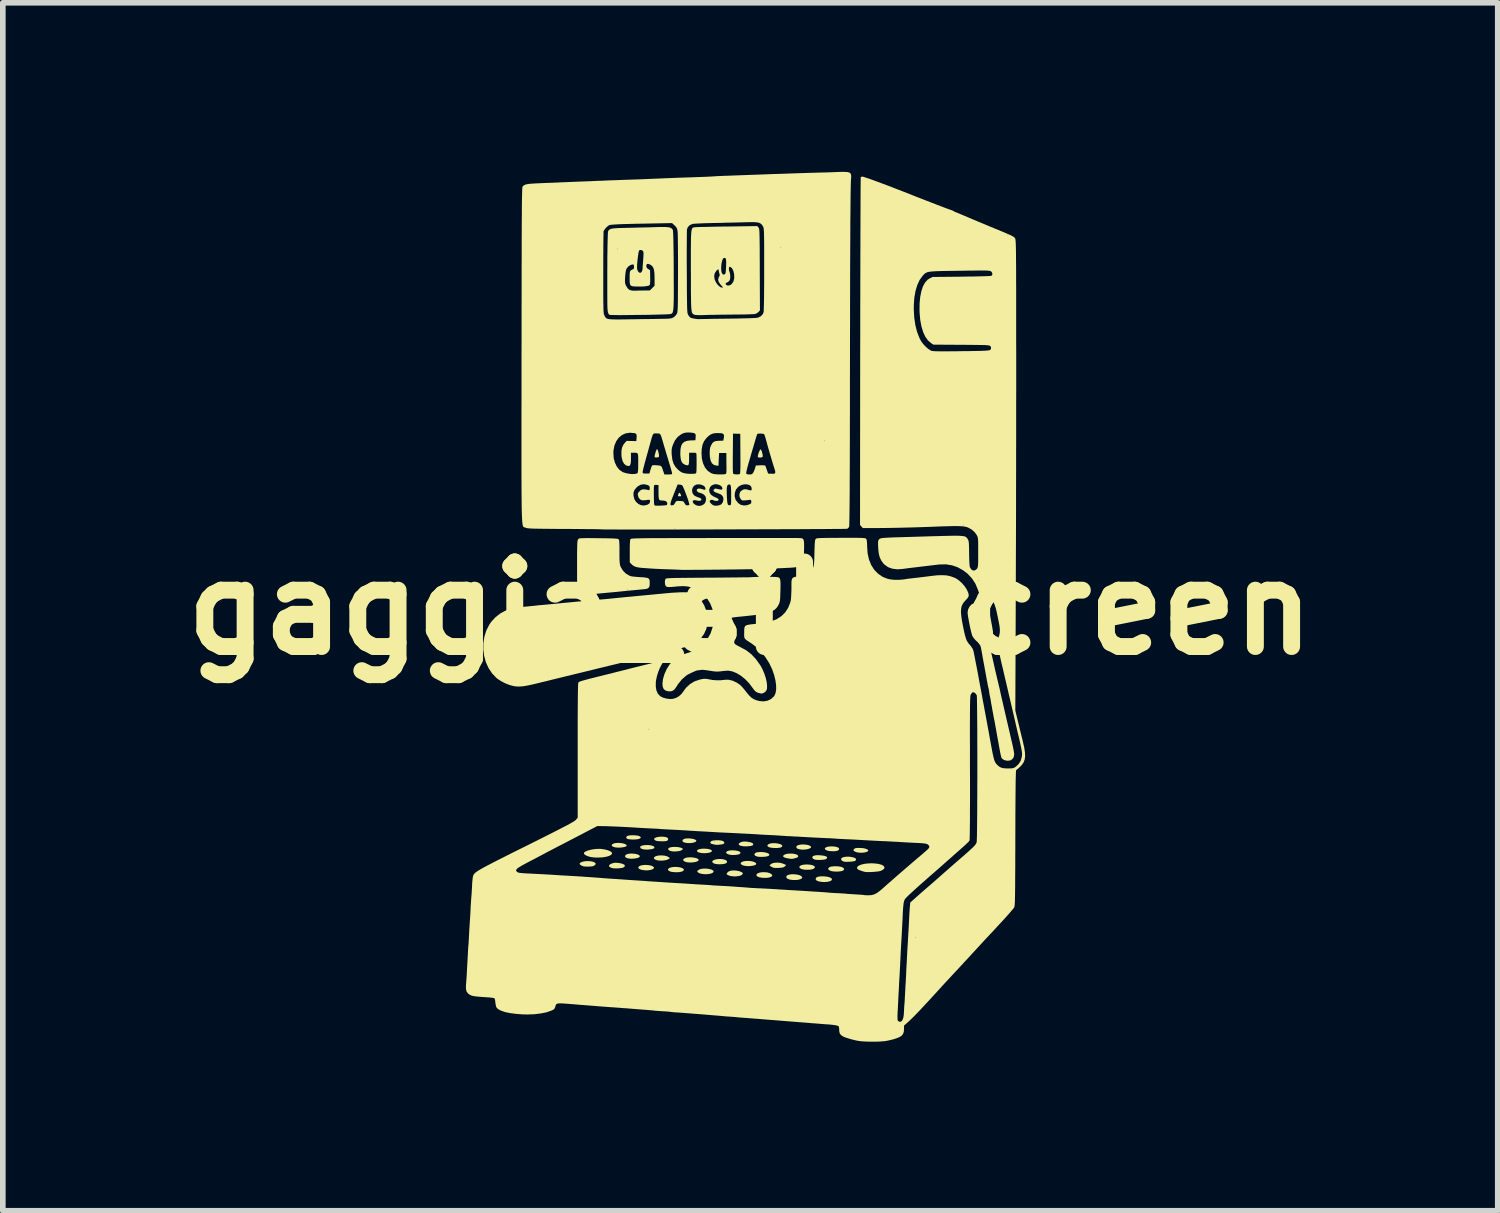
<source format=kicad_pcb>
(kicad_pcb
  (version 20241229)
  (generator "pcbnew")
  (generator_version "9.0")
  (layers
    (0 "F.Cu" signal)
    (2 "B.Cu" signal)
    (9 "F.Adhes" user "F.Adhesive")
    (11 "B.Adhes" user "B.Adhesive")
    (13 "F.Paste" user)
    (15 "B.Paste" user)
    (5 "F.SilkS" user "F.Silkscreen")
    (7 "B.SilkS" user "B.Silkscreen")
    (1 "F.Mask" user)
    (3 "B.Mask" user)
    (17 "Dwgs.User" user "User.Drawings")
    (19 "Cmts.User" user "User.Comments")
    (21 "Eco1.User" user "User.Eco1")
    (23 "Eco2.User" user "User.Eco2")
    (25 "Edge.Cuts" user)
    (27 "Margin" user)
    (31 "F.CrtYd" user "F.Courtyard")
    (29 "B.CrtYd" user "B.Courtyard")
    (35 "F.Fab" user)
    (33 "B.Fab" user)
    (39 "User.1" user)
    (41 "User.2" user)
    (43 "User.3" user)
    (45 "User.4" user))
  (footprint "gaggia_silkscreen"
    (layer "F.Cu")
    (at 10.264 7.745)
    (property "Reference" "gaggia_silkscreen" (at 0 0 0) (layer "F.SilkS") (effects (font (size 1.5 1.5) (thickness 0.3))))
    (attr board_only exclude_from_pos_files exclude_from_bom)
    (fp_poly (pts (xy -1.241 -2.033) (xy -1.237 -2.025) (xy -1.227 -2.001) (xy -1.229 -1.99) (xy -1.246 -1.988) (xy -1.257 -1.988) (xy -1.278 -1.989) (xy -1.283 -1.998) (xy -1.277 -2.02) (xy -1.265 -2.045) (xy -1.254 -2.05)) (stroke (width 0) (type solid)) (fill yes) (layer "F.SilkS"))
    (fp_poly (pts (xy -1.646 -2.816) (xy -1.636 -2.792) (xy -1.627 -2.76) (xy -1.621 -2.727) (xy -1.619 -2.708) (xy -1.62 -2.69) (xy -1.631 -2.681) (xy -1.657 -2.677) (xy -1.684 -2.677) (xy -1.696 -2.683) (xy -1.698 -2.695) (xy -1.694 -2.718) (xy -1.686 -2.749) (xy -1.676 -2.782) (xy -1.665 -2.809) (xy -1.656 -2.824) (xy -1.653 -2.826)) (stroke (width 0) (type solid)) (fill yes) (layer "F.SilkS"))
    (fp_poly (pts (xy -1.524 4.389) (xy -1.479 4.4) (xy -1.449 4.415) (xy -1.425 4.434) (xy -1.456 4.454) (xy -1.487 4.467) (xy -1.532 4.475) (xy -1.582 4.478) (xy -1.63 4.476) (xy -1.661 4.469) (xy -1.696 4.454) (xy -1.711 4.437) (xy -1.704 4.417) (xy -1.699 4.412) (xy -1.669 4.396) (xy -1.625 4.387) (xy -1.575 4.385)) (stroke (width 0) (type solid)) (fill yes) (layer "F.SilkS"))
    (fp_poly (pts (xy 0.193 -2.811) (xy 0.204 -2.787) (xy 0.213 -2.755) (xy 0.22 -2.723) (xy 0.222 -2.697) (xy 0.22 -2.689) (xy 0.208 -2.68) (xy 0.183 -2.676) (xy 0.157 -2.676) (xy 0.138 -2.681) (xy 0.135 -2.684) (xy 0.134 -2.701) (xy 0.14 -2.728) (xy 0.15 -2.761) (xy 0.163 -2.792) (xy 0.175 -2.814) (xy 0.183 -2.82)) (stroke (width 0) (type solid)) (fill yes) (layer "F.SilkS"))
    (fp_poly (pts (xy -1.055 4.086) (xy -1.013 4.093) (xy -0.98 4.104) (xy -0.96 4.117) (xy -0.956 4.126) (xy -0.966 4.142) (xy -0.992 4.154) (xy -1.03 4.163) (xy -1.075 4.167) (xy -1.122 4.165) (xy -1.165 4.158) (xy -1.168 4.157) (xy -1.196 4.142) (xy -1.204 4.123) (xy -1.193 4.104) (xy -1.174 4.093) (xy -1.14 4.085) (xy -1.099 4.083)) (stroke (width 0) (type solid)) (fill yes) (layer "F.SilkS"))
    (fp_poly (pts (xy -1.036 4.42) (xy -0.981 4.428) (xy -0.941 4.44) (xy -0.919 4.455) (xy -0.916 4.469) (xy -0.929 4.485) (xy -0.958 4.498) (xy -0.999 4.507) (xy -1.045 4.511) (xy -1.092 4.51) (xy -1.135 4.504) (xy -1.159 4.496) (xy -1.184 4.48) (xy -1.191 4.463) (xy -1.181 4.447) (xy -1.157 4.433) (xy -1.121 4.423) (xy -1.076 4.419)) (stroke (width 0) (type solid)) (fill yes) (layer "F.SilkS"))
    (fp_poly (pts (xy -0.263 4.298) (xy -0.219 4.306) (xy -0.189 4.318) (xy -0.174 4.333) (xy -0.175 4.348) (xy -0.192 4.362) (xy -0.225 4.372) (xy -0.27 4.377) (xy -0.319 4.378) (xy -0.364 4.373) (xy -0.376 4.37) (xy -0.412 4.356) (xy -0.428 4.34) (xy -0.426 4.324) (xy -0.408 4.31) (xy -0.374 4.299) (xy -0.327 4.295) (xy -0.316 4.295)) (stroke (width 0) (type solid)) (fill yes) (layer "F.SilkS"))
    (fp_poly (pts (xy -0.019 4.483) (xy 0.03 4.49) (xy 0.07 4.502) (xy 0.098 4.518) (xy 0.107 4.535) (xy 0.098 4.55) (xy 0.071 4.562) (xy 0.033 4.57) (xy -0.012 4.575) (xy -0.058 4.575) (xy -0.102 4.569) (xy -0.129 4.562) (xy -0.159 4.546) (xy -0.17 4.53) (xy -0.164 4.513) (xy -0.143 4.499) (xy -0.11 4.488) (xy -0.065 4.483)) (stroke (width 0) (type solid)) (fill yes) (layer "F.SilkS"))
    (fp_poly (pts (xy 0.541 4.519) (xy 0.586 4.533) (xy 0.638 4.556) (xy 0.615 4.579) (xy 0.599 4.591) (xy 0.578 4.599) (xy 0.545 4.604) (xy 0.503 4.607) (xy 0.456 4.608) (xy 0.424 4.606) (xy 0.401 4.6) (xy 0.379 4.589) (xy 0.377 4.588) (xy 0.341 4.565) (xy 0.364 4.542) (xy 0.394 4.524) (xy 0.438 4.515) (xy 0.489 4.513)) (stroke (width 0) (type solid)) (fill yes) (layer "F.SilkS"))
    (fp_poly (pts (xy 1.346 4.76) (xy 1.393 4.769) (xy 1.427 4.782) (xy 1.447 4.798) (xy 1.45 4.816) (xy 1.437 4.832) (xy 1.407 4.846) (xy 1.363 4.855) (xy 1.312 4.858) (xy 1.273 4.856) (xy 1.216 4.847) (xy 1.179 4.832) (xy 1.162 4.812) (xy 1.16 4.803) (xy 1.169 4.78) (xy 1.197 4.765) (xy 1.244 4.757) (xy 1.289 4.756)) (stroke (width 0) (type solid)) (fill yes) (layer "F.SilkS"))
    (fp_poly (pts (xy -2.347 4.518) (xy -2.323 4.521) (xy -2.271 4.533) (xy -2.238 4.548) (xy -2.224 4.565) (xy -2.231 4.584) (xy -2.247 4.597) (xy -2.272 4.606) (xy -2.312 4.612) (xy -2.358 4.616) (xy -2.404 4.616) (xy -2.443 4.612) (xy -2.456 4.609) (xy -2.492 4.593) (xy -2.507 4.575) (xy -2.501 4.555) (xy -2.476 4.537) (xy -2.436 4.522) (xy -2.395 4.515)) (stroke (width 0) (type solid)) (fill yes) (layer "F.SilkS"))
    (fp_poly (pts (xy -2.302 4.165) (xy -2.259 4.172) (xy -2.223 4.183) (xy -2.199 4.197) (xy -2.192 4.211) (xy -2.202 4.224) (xy -2.228 4.234) (xy -2.266 4.242) (xy -2.31 4.247) (xy -2.356 4.247) (xy -2.398 4.242) (xy -2.407 4.24) (xy -2.442 4.227) (xy -2.459 4.21) (xy -2.455 4.193) (xy -2.43 4.177) (xy -2.427 4.175) (xy -2.392 4.166) (xy -2.348 4.163)) (stroke (width 0) (type solid)) (fill yes) (layer "F.SilkS"))
    (fp_poly (pts (xy -2.103 4.352) (xy -2.05 4.356) (xy -2.008 4.365) (xy -1.977 4.378) (xy -1.961 4.393) (xy -1.961 4.408) (xy -1.98 4.424) (xy -1.983 4.425) (xy -2.018 4.435) (xy -2.066 4.442) (xy -2.116 4.444) (xy -2.159 4.44) (xy -2.169 4.438) (xy -2.205 4.425) (xy -2.222 4.407) (xy -2.22 4.39) (xy -2.202 4.37) (xy -2.165 4.357) (xy -2.114 4.352)) (stroke (width 0) (type solid)) (fill yes) (layer "F.SilkS"))
    (fp_poly (pts (xy -1.81 4.557) (xy -1.764 4.565) (xy -1.73 4.579) (xy -1.711 4.595) (xy -1.708 4.604) (xy -1.718 4.622) (xy -1.745 4.636) (xy -1.784 4.646) (xy -1.83 4.651) (xy -1.88 4.649) (xy -1.928 4.641) (xy -1.939 4.638) (xy -1.973 4.623) (xy -1.987 4.606) (xy -1.983 4.589) (xy -1.963 4.573) (xy -1.929 4.561) (xy -1.883 4.555) (xy -1.862 4.554)) (stroke (width 0) (type solid)) (fill yes) (layer "F.SilkS"))
    (fp_poly (pts (xy -1.526 4.055) (xy -1.487 4.063) (xy -1.464 4.076) (xy -1.455 4.097) (xy -1.464 4.117) (xy -1.486 4.13) (xy -1.512 4.133) (xy -1.552 4.135) (xy -1.596 4.134) (xy -1.638 4.131) (xy -1.657 4.129) (xy -1.683 4.12) (xy -1.699 4.108) (xy -1.707 4.093) (xy -1.697 4.08) (xy -1.693 4.077) (xy -1.663 4.063) (xy -1.62 4.055) (xy -1.573 4.052)) (stroke (width 0) (type solid)) (fill yes) (layer "F.SilkS"))
    (fp_poly (pts (xy -1.305 4.59) (xy -1.253 4.596) (xy -1.213 4.607) (xy -1.187 4.622) (xy -1.177 4.638) (xy -1.184 4.655) (xy -1.211 4.671) (xy -1.217 4.673) (xy -1.254 4.681) (xy -1.303 4.684) (xy -1.355 4.682) (xy -1.4 4.676) (xy -1.426 4.669) (xy -1.453 4.652) (xy -1.461 4.634) (xy -1.451 4.618) (xy -1.427 4.604) (xy -1.389 4.594) (xy -1.342 4.589)) (stroke (width 0) (type solid)) (fill yes) (layer "F.SilkS"))
    (fp_poly (pts (xy -1.277 4.238) (xy -1.233 4.248) (xy -1.228 4.25) (xy -1.203 4.261) (xy -1.196 4.269) (xy -1.203 4.28) (xy -1.209 4.287) (xy -1.234 4.301) (xy -1.273 4.31) (xy -1.32 4.315) (xy -1.367 4.315) (xy -1.408 4.309) (xy -1.418 4.306) (xy -1.448 4.29) (xy -1.459 4.272) (xy -1.449 4.256) (xy -1.428 4.245) (xy -1.384 4.236) (xy -1.331 4.234)) (stroke (width 0) (type solid)) (fill yes) (layer "F.SilkS"))
    (fp_poly (pts (xy -0.783 4.267) (xy -0.741 4.272) (xy -0.706 4.282) (xy -0.684 4.297) (xy -0.68 4.304) (xy -0.685 4.318) (xy -0.707 4.33) (xy -0.742 4.34) (xy -0.785 4.345) (xy -0.831 4.346) (xy -0.87 4.342) (xy -0.913 4.333) (xy -0.937 4.322) (xy -0.945 4.307) (xy -0.946 4.304) (xy -0.936 4.288) (xy -0.91 4.276) (xy -0.873 4.268) (xy -0.829 4.265)) (stroke (width 0) (type solid)) (fill yes) (layer "F.SilkS"))
    (fp_poly (pts (xy -0.481 4.454) (xy -0.459 4.46) (xy -0.425 4.474) (xy -0.411 4.493) (xy -0.417 4.514) (xy -0.422 4.521) (xy -0.444 4.531) (xy -0.481 4.539) (xy -0.526 4.542) (xy -0.573 4.542) (xy -0.614 4.537) (xy -0.643 4.529) (xy -0.668 4.513) (xy -0.675 4.496) (xy -0.666 4.48) (xy -0.644 4.467) (xy -0.611 4.456) (xy -0.572 4.45) (xy -0.527 4.449)) (stroke (width 0) (type solid)) (fill yes) (layer "F.SilkS"))
    (fp_poly (pts (xy 0.301 4.687) (xy 0.343 4.699) (xy 0.352 4.703) (xy 0.381 4.722) (xy 0.391 4.74) (xy 0.383 4.757) (xy 0.36 4.77) (xy 0.323 4.78) (xy 0.275 4.784) (xy 0.217 4.782) (xy 0.206 4.781) (xy 0.155 4.772) (xy 0.123 4.757) (xy 0.109 4.737) (xy 0.111 4.723) (xy 0.128 4.705) (xy 0.161 4.692) (xy 0.205 4.684) (xy 0.253 4.683)) (stroke (width 0) (type solid)) (fill yes) (layer "F.SilkS"))
    (fp_poly (pts (xy 0.999 4.546) (xy 1.056 4.549) (xy 1.101 4.558) (xy 1.132 4.571) (xy 1.147 4.587) (xy 1.144 4.605) (xy 1.122 4.623) (xy 1.119 4.625) (xy 1.084 4.635) (xy 1.037 4.64) (xy 0.986 4.64) (xy 0.938 4.635) (xy 0.904 4.625) (xy 0.878 4.608) (xy 0.87 4.59) (xy 0.88 4.574) (xy 0.906 4.559) (xy 0.944 4.55) (xy 0.994 4.546)) (stroke (width 0) (type solid)) (fill yes) (layer "F.SilkS"))
    (fp_poly (pts (xy 1.539 4.578) (xy 1.586 4.583) (xy 1.623 4.591) (xy 1.628 4.593) (xy 1.658 4.611) (xy 1.666 4.631) (xy 1.655 4.649) (xy 1.625 4.663) (xy 1.582 4.67) (xy 1.529 4.673) (xy 1.477 4.67) (xy 1.436 4.663) (xy 1.4 4.647) (xy 1.383 4.629) (xy 1.386 4.61) (xy 1.41 4.592) (xy 1.414 4.589) (xy 1.445 4.582) (xy 1.489 4.578)) (stroke (width 0) (type solid)) (fill yes) (layer "F.SilkS"))
    (fp_poly (pts (xy -2.022 4.031) (xy -1.985 4.037) (xy -1.969 4.042) (xy -1.946 4.058) (xy -1.943 4.073) (xy -1.958 4.086) (xy -1.988 4.096) (xy -2.033 4.102) (xy -2.074 4.104) (xy -2.117 4.102) (xy -2.154 4.098) (xy -2.177 4.094) (xy -2.178 4.093) (xy -2.199 4.078) (xy -2.2 4.058) (xy -2.181 4.04) (xy -2.179 4.039) (xy -2.154 4.032) (xy -2.114 4.028) (xy -2.068 4.028)) (stroke (width 0) (type solid)) (fill yes) (layer "F.SilkS"))
    (fp_poly (pts (xy -0.769 4.62) (xy -0.726 4.627) (xy -0.688 4.637) (xy -0.662 4.651) (xy -0.65 4.669) (xy -0.652 4.679) (xy -0.669 4.696) (xy -0.702 4.709) (xy -0.748 4.717) (xy -0.801 4.719) (xy -0.848 4.715) (xy -0.889 4.706) (xy -0.92 4.692) (xy -0.926 4.688) (xy -0.94 4.672) (xy -0.938 4.66) (xy -0.925 4.648) (xy -0.897 4.632) (xy -0.859 4.622) (xy -0.815 4.619)) (stroke (width 0) (type solid)) (fill yes) (layer "F.SilkS"))
    (fp_poly (pts (xy 0.441 4.168) (xy 0.485 4.173) (xy 0.525 4.183) (xy 0.554 4.196) (xy 0.569 4.212) (xy 0.569 4.217) (xy 0.56 4.233) (xy 0.542 4.244) (xy 0.51 4.251) (xy 0.465 4.254) (xy 0.417 4.253) (xy 0.372 4.249) (xy 0.338 4.241) (xy 0.33 4.238) (xy 0.307 4.221) (xy 0.304 4.206) (xy 0.321 4.188) (xy 0.327 4.185) (xy 0.356 4.173) (xy 0.396 4.168)) (stroke (width 0) (type solid)) (fill yes) (layer "F.SilkS"))
    (fp_poly (pts (xy 0.753 4.354) (xy 0.797 4.361) (xy 0.83 4.373) (xy 0.838 4.378) (xy 0.852 4.397) (xy 0.845 4.414) (xy 0.819 4.428) (xy 0.79 4.436) (xy 0.762 4.443) (xy 0.74 4.446) (xy 0.718 4.445) (xy 0.687 4.441) (xy 0.663 4.437) (xy 0.617 4.426) (xy 0.59 4.412) (xy 0.582 4.396) (xy 0.596 4.379) (xy 0.62 4.366) (xy 0.658 4.356) (xy 0.704 4.353)) (stroke (width 0) (type solid)) (fill yes) (layer "F.SilkS"))
    (fp_poly (pts (xy 0.828 4.725) (xy 0.871 4.735) (xy 0.903 4.75) (xy 0.921 4.769) (xy 0.922 4.774) (xy 0.916 4.792) (xy 0.892 4.806) (xy 0.856 4.817) (xy 0.811 4.822) (xy 0.761 4.822) (xy 0.71 4.816) (xy 0.7 4.814) (xy 0.663 4.8) (xy 0.642 4.78) (xy 0.64 4.757) (xy 0.64 4.756) (xy 0.657 4.738) (xy 0.69 4.726) (xy 0.733 4.72) (xy 0.78 4.72)) (stroke (width 0) (type solid)) (fill yes) (layer "F.SilkS"))
    (fp_poly (pts (xy 0.978 4.193) (xy 1.021 4.2) (xy 1.056 4.212) (xy 1.078 4.23) (xy 1.079 4.232) (xy 1.078 4.246) (xy 1.06 4.259) (xy 1.029 4.271) (xy 0.99 4.279) (xy 0.946 4.283) (xy 0.904 4.281) (xy 0.881 4.278) (xy 0.843 4.268) (xy 0.824 4.255) (xy 0.817 4.238) (xy 0.817 4.234) (xy 0.826 4.216) (xy 0.852 4.202) (xy 0.889 4.194) (xy 0.933 4.191)) (stroke (width 0) (type solid)) (fill yes) (layer "F.SilkS"))
    (fp_poly (pts (xy 1.263 4.385) (xy 1.306 4.391) (xy 1.34 4.4) (xy 1.36 4.412) (xy 1.365 4.42) (xy 1.357 4.439) (xy 1.348 4.449) (xy 1.328 4.456) (xy 1.293 4.462) (xy 1.249 4.465) (xy 1.205 4.466) (xy 1.165 4.463) (xy 1.143 4.459) (xy 1.114 4.444) (xy 1.101 4.424) (xy 1.106 4.405) (xy 1.114 4.397) (xy 1.138 4.388) (xy 1.175 4.382) (xy 1.218 4.382)) (stroke (width 0) (type solid)) (fill yes) (layer "F.SilkS"))
    (fp_poly (pts (xy 1.485 4.227) (xy 1.527 4.234) (xy 1.559 4.245) (xy 1.576 4.261) (xy 1.576 4.261) (xy 1.575 4.282) (xy 1.555 4.299) (xy 1.519 4.309) (xy 1.469 4.312) (xy 1.406 4.308) (xy 1.405 4.308) (xy 1.37 4.301) (xy 1.343 4.289) (xy 1.335 4.284) (xy 1.323 4.268) (xy 1.327 4.256) (xy 1.334 4.249) (xy 1.358 4.235) (xy 1.395 4.228) (xy 1.44 4.225)) (stroke (width 0) (type solid)) (fill yes) (layer "F.SilkS"))
    (fp_poly (pts (xy 1.764 4.409) (xy 1.82 4.418) (xy 1.858 4.431) (xy 1.877 4.447) (xy 1.876 4.466) (xy 1.864 4.481) (xy 1.845 4.488) (xy 1.812 4.493) (xy 1.77 4.497) (xy 1.727 4.499) (xy 1.688 4.499) (xy 1.661 4.495) (xy 1.66 4.495) (xy 1.627 4.479) (xy 1.612 4.454) (xy 1.612 4.447) (xy 1.622 4.431) (xy 1.648 4.418) (xy 1.688 4.41) (xy 1.735 4.407)) (stroke (width 0) (type solid)) (fill yes) (layer "F.SilkS"))
    (fp_poly (pts (xy 0.238 4.328) (xy 0.282 4.336) (xy 0.316 4.348) (xy 0.335 4.363) (xy 0.339 4.378) (xy 0.324 4.393) (xy 0.321 4.395) (xy 0.295 4.403) (xy 0.255 4.409) (xy 0.208 4.411) (xy 0.164 4.411) (xy 0.129 4.407) (xy 0.122 4.405) (xy 0.087 4.39) (xy 0.073 4.372) (xy 0.08 4.352) (xy 0.087 4.345) (xy 0.105 4.334) (xy 0.131 4.328) (xy 0.171 4.325) (xy 0.186 4.325)) (stroke (width 0) (type solid)) (fill yes) (layer "F.SilkS"))
    (fp_poly (pts (xy -0.237 4.656) (xy -0.188 4.667) (xy -0.15 4.684) (xy -0.14 4.691) (xy -0.131 4.704) (xy -0.136 4.717) (xy -0.147 4.729) (xy -0.173 4.744) (xy -0.214 4.753) (xy -0.263 4.758) (xy -0.312 4.756) (xy -0.357 4.749) (xy -0.369 4.745) (xy -0.396 4.734) (xy -0.414 4.724) (xy -0.417 4.723) (xy -0.418 4.709) (xy -0.405 4.689) (xy -0.383 4.671) (xy -0.375 4.666) (xy -0.338 4.655) (xy -0.289 4.652)) (stroke (width 0) (type solid)) (fill yes) (layer "F.SilkS"))
    (fp_poly (pts (xy 1.97 4.254) (xy 2.014 4.258) (xy 2.053 4.268) (xy 2.082 4.281) (xy 2.095 4.296) (xy 2.095 4.299) (xy 2.085 4.314) (xy 2.059 4.326) (xy 2.021 4.334) (xy 1.976 4.338) (xy 1.929 4.336) (xy 1.893 4.33) (xy 1.863 4.32) (xy 1.841 4.306) (xy 1.841 4.306) (xy 1.831 4.292) (xy 1.837 4.278) (xy 1.843 4.272) (xy 1.855 4.262) (xy 1.871 4.256) (xy 1.896 4.253) (xy 1.933 4.253)) (stroke (width 0) (type solid)) (fill yes) (layer "F.SilkS"))
    (fp_poly (pts (xy -2.833 4.489) (xy -2.789 4.498) (xy -2.757 4.513) (xy -2.753 4.517) (xy -2.742 4.531) (xy -2.745 4.543) (xy -2.758 4.557) (xy -2.777 4.571) (xy -2.803 4.579) (xy -2.844 4.583) (xy -2.854 4.583) (xy -2.898 4.584) (xy -2.939 4.582) (xy -2.964 4.578) (xy -2.994 4.566) (xy -3.017 4.551) (xy -3.018 4.551) (xy -3.029 4.537) (xy -3.025 4.525) (xy -3.012 4.513) (xy -2.98 4.498) (xy -2.936 4.489) (xy -2.885 4.486)) (stroke (width 0) (type solid)) (fill yes) (layer "F.SilkS"))
    (fp_poly (pts (xy -1.78 4.204) (xy -1.74 4.213) (xy -1.712 4.225) (xy -1.7 4.239) (xy -1.704 4.255) (xy -1.717 4.264) (xy -1.744 4.273) (xy -1.784 4.279) (xy -1.829 4.282) (xy -1.871 4.281) (xy -1.897 4.277) (xy -1.933 4.266) (xy -1.951 4.253) (xy -1.955 4.239) (xy -1.945 4.239) (xy -1.939 4.244) (xy -1.934 4.239) (xy -1.939 4.233) (xy -1.945 4.239) (xy -1.955 4.239) (xy -1.955 4.238) (xy -1.945 4.221) (xy -1.915 4.209) (xy -1.868 4.202) (xy -1.829 4.201)) (stroke (width 0) (type solid)) (fill yes) (layer "F.SilkS"))
    (fp_poly (pts (xy -2.65 4.27) (xy -2.587 4.279) (xy -2.533 4.292) (xy -2.49 4.309) (xy -2.462 4.328) (xy -2.452 4.348) (xy -2.453 4.355) (xy -2.47 4.376) (xy -2.506 4.395) (xy -2.555 4.409) (xy -2.615 4.419) (xy -2.681 4.423) (xy -2.75 4.423) (xy -2.818 4.416) (xy -2.825 4.415) (xy -2.875 4.402) (xy -2.916 4.385) (xy -2.944 4.365) (xy -2.953 4.349) (xy -2.946 4.332) (xy -2.921 4.315) (xy -2.883 4.299) (xy -2.835 4.286) (xy -2.78 4.276) (xy -2.724 4.27) (xy -2.668 4.269)) (stroke (width 0) (type solid)) (fill yes) (layer "F.SilkS"))
    (fp_poly (pts (xy -0.055 4.141) (xy -0.013 4.148) (xy 0.023 4.159) (xy 0.047 4.173) (xy 0.054 4.186) (xy 0.046 4.204) (xy 0.04 4.208) (xy 0.017 4.216) (xy -0.02 4.221) (xy -0.064 4.224) (xy -0.107 4.224) (xy -0.129 4.222) (xy -0.174 4.213) (xy -0.199 4.2) (xy -0.205 4.183) (xy -0.19 4.164) (xy -0.189 4.163) (xy -0.043 4.163) (xy -0.038 4.169) (xy -0.032 4.163) (xy -0.038 4.158) (xy -0.043 4.163) (xy -0.189 4.163) (xy -0.17 4.152) (xy -0.139 4.142) (xy -0.099 4.139)) (stroke (width 0) (type solid)) (fill yes) (layer "F.SilkS"))
    (fp_poly (pts (xy 2.197 4.527) (xy 2.272 4.535) (xy 2.328 4.55) (xy 2.365 4.57) (xy 2.381 4.592) (xy 2.378 4.616) (xy 2.356 4.639) (xy 2.318 4.658) (xy 2.301 4.664) (xy 2.272 4.669) (xy 2.23 4.674) (xy 2.18 4.678) (xy 2.129 4.681) (xy 2.083 4.681) (xy 2.048 4.68) (xy 2.036 4.678) (xy 1.986 4.664) (xy 1.944 4.649) (xy 1.914 4.635) (xy 1.902 4.626) (xy 1.894 4.604) (xy 1.904 4.583) (xy 1.931 4.564) (xy 1.972 4.548) (xy 2.025 4.535) (xy 2.086 4.528) (xy 2.154 4.525)) (stroke (width 0) (type solid)) (fill yes) (layer "F.SilkS"))
    (fp_poly (pts (xy -0.555 4.117) (xy -0.511 4.122) (xy -0.483 4.131) (xy -0.462 4.149) (xy -0.46 4.168) (xy -0.478 4.183) (xy -0.485 4.185) (xy -0.508 4.19) (xy -0.542 4.194) (xy -0.578 4.197) (xy -0.606 4.197) (xy -0.618 4.196) (xy -0.635 4.192) (xy -0.663 4.186) (xy -0.669 4.185) (xy -0.699 4.175) (xy -0.71 4.158) (xy -0.701 4.14) (xy -0.687 4.131) (xy -0.634 4.131) (xy -0.629 4.137) (xy -0.623 4.131) (xy -0.629 4.126) (xy -0.634 4.131) (xy -0.687 4.131) (xy -0.682 4.128) (xy -0.649 4.119) (xy -0.604 4.116)) (stroke (width 0) (type solid)) (fill yes) (layer "F.SilkS"))
    (fp_poly (pts (xy -2.842 -1.246) (xy -2.761 -1.245) (xy -2.696 -1.244) (xy -2.597 -1.243) (xy -2.517 -1.242) (xy -2.455 -1.24) (xy -2.408 -1.238) (xy -2.375 -1.235) (xy -2.353 -1.232) (xy -2.341 -1.228) (xy -2.339 -1.226) (xy -2.332 -1.219) (xy -2.328 -1.206) (xy -2.325 -1.185) (xy -2.323 -1.153) (xy -2.321 -1.107) (xy -2.321 -1.044) (xy -2.321 -0.999) (xy -2.321 -0.924) (xy -2.32 -0.868) (xy -2.318 -0.825) (xy -2.315 -0.794) (xy -2.311 -0.77) (xy -2.305 -0.75) (xy -2.299 -0.734) (xy -2.26 -0.669) (xy -2.207 -0.616) (xy -2.144 -0.579) (xy -2.117 -0.57) (xy -2.094 -0.565) (xy -2.054 -0.561) (xy -2.005 -0.556) (xy -1.953 -0.553) (xy -1.889 -0.549) (xy -1.844 -0.543) (xy -1.814 -0.535) (xy -1.796 -0.52) (xy -1.787 -0.499) (xy -1.784 -0.468) (xy -1.784 -0.446) (xy -1.786 -0.401) (xy -1.797 -0.371) (xy -1.819 -0.352) (xy -1.856 -0.342) (xy -1.892 -0.338) (xy -1.928 -0.335) (xy -1.98 -0.33) (xy -2.041 -0.324) (xy -2.104 -0.318) (xy -2.117 -0.317) (xy -2.238 -0.305) (xy -2.355 -0.293) (xy -2.462 -0.283) (xy -2.554 -0.275) (xy -2.568 -0.273) (xy -2.605 -0.27) (xy -2.656 -0.265) (xy -2.717 -0.259) (xy -2.781 -0.253) (xy -2.798 -0.252) (xy -2.873 -0.245) (xy -2.93 -0.24) (xy -2.972 -0.238) (xy -3.001 -0.238) (xy -3.021 -0.241) (xy -3.035 -0.246) (xy -3.046 -0.255) (xy -3.051 -0.26) (xy -3.056 -0.266) (xy -3.061 -0.274) (xy -3.064 -0.285) (xy -3.067 -0.302) (xy -3.069 -0.326) (xy -3.069 -0.328) (xy -2.181 -0.328) (xy -2.176 -0.322) (xy -2.17 -0.328) (xy -2.176 -0.333) (xy -2.181 -0.328) (xy -3.069 -0.328) (xy -3.071 -0.36) (xy -3.072 -0.405) (xy -3.072 -0.464) (xy -3.073 -0.538) (xy -3.073 -0.63) (xy -3.073 -0.741) (xy -3.073 -0.742) (xy -3.073 -0.854) (xy -3.073 -0.947) (xy -3.072 -1.022) (xy -3.071 -1.081) (xy -3.07 -1.127) (xy -3.069 -1.161) (xy -3.066 -1.186) (xy -3.064 -1.203) (xy -3.06 -1.214) (xy -3.056 -1.222) (xy -3.054 -1.224) (xy -3.048 -1.231) (xy -3.041 -1.236) (xy -3.031 -1.24) (xy -3.014 -1.243) (xy -2.989 -1.244) (xy -2.954 -1.245) (xy -2.906 -1.246)) (stroke (width 0) (type solid)) (fill yes) (layer "F.SilkS"))
    (fp_poly (pts (xy 0.617 -1.247) (xy 0.7 -1.247) (xy 0.765 -1.247) (xy 0.813 -1.247) (xy 0.84 -1.247) (xy 0.845 -1.247) (xy 0.882 -1.246) (xy 0.91 -1.244) (xy 0.93 -1.237) (xy 0.943 -1.222) (xy 0.951 -1.197) (xy 0.955 -1.16) (xy 0.956 -1.107) (xy 0.955 -1.036) (xy 0.954 -1.01) (xy 0.953 -0.936) (xy 0.95 -0.876) (xy 0.944 -0.829) (xy 0.932 -0.793) (xy 0.912 -0.767) (xy 0.883 -0.748) (xy 0.842 -0.735) (xy 0.786 -0.726) (xy 0.715 -0.72) (xy 0.625 -0.716) (xy 0.569 -0.713) (xy 0.517 -0.711) (xy 0.471 -0.708) (xy 0.438 -0.705) (xy 0.421 -0.703) (xy 0.42 -0.703) (xy 0.407 -0.702) (xy 0.374 -0.7) (xy 0.324 -0.699) (xy 0.258 -0.698) (xy 0.18 -0.696) (xy 0.09 -0.695) (xy -0.01 -0.693) (xy -0.116 -0.692) (xy -0.228 -0.69) (xy -0.343 -0.689) (xy -0.459 -0.687) (xy -0.575 -0.686) (xy -0.687 -0.685) (xy -0.795 -0.684) (xy -0.896 -0.683) (xy -0.989 -0.683) (xy -1.07 -0.682) (xy -1.139 -0.682) (xy -1.193 -0.682) (xy -1.23 -0.683) (xy -1.248 -0.683) (xy -1.25 -0.684) (xy -1.261 -0.684) (xy -1.29 -0.686) (xy -1.333 -0.688) (xy -1.389 -0.69) (xy -1.452 -0.692) (xy -1.456 -0.692) (xy -1.526 -0.694) (xy -1.593 -0.697) (xy -1.654 -0.7) (xy -1.702 -0.702) (xy -1.73 -0.704) (xy -1.776 -0.707) (xy -1.832 -0.711) (xy -1.887 -0.715) (xy -1.891 -0.715) (xy -1.96 -0.721) (xy -2.012 -0.73) (xy -2.052 -0.743) (xy -2.083 -0.761) (xy -2.103 -0.779) (xy -2.138 -0.814) (xy -2.138 -1.012) (xy -2.138 -1.092) (xy -2.136 -1.151) (xy -2.133 -1.193) (xy -2.129 -1.218) (xy -2.125 -1.228) (xy -2.122 -1.231) (xy -2.116 -1.233) (xy -2.106 -1.235) (xy -2.092 -1.237) (xy -2.071 -1.238) (xy -2.044 -1.24) (xy -2.008 -1.241) (xy -1.963 -1.242) (xy -1.908 -1.243) (xy -1.842 -1.244) (xy -1.763 -1.245) (xy -1.671 -1.245) (xy -1.564 -1.245) (xy -1.442 -1.246) (xy -1.303 -1.246) (xy -1.146 -1.246) (xy -0.97 -1.246) (xy -0.775 -1.247) (xy -0.672 -1.247) (xy -0.496 -1.247) (xy -0.325 -1.247) (xy -0.161 -1.247) (xy -0.004 -1.247) (xy 0.143 -1.247) (xy 0.281 -1.247) (xy 0.406 -1.247) (xy 0.519 -1.247)) (stroke (width 0) (type solid)) (fill yes) (layer "F.SilkS"))
    (fp_poly (pts (xy 4.125 -0.103) (xy 4.147 -0.097) (xy 4.17 -0.084) (xy 4.19 -0.063) (xy 4.208 -0.033) (xy 4.224 0.01) (xy 4.24 0.067) (xy 4.257 0.141) (xy 4.27 0.204) (xy 4.282 0.268) (xy 4.293 0.326) (xy 4.301 0.374) (xy 4.307 0.408) (xy 4.309 0.425) (xy 4.304 0.445) (xy 4.292 0.477) (xy 4.274 0.516) (xy 4.271 0.521) (xy 4.254 0.56) (xy 4.242 0.593) (xy 4.238 0.615) (xy 4.239 0.617) (xy 4.245 0.648) (xy 4.256 0.695) (xy 4.269 0.755) (xy 4.285 0.824) (xy 4.302 0.899) (xy 4.32 0.977) (xy 4.337 1.054) (xy 4.354 1.128) (xy 4.37 1.195) (xy 4.383 1.251) (xy 4.393 1.293) (xy 4.399 1.319) (xy 4.4 1.322) (xy 4.41 1.365) (xy 4.423 1.416) (xy 4.431 1.456) (xy 4.435 1.474) (xy 4.439 1.493) (xy 4.444 1.513) (xy 4.449 1.538) (xy 4.456 1.567) (xy 4.464 1.604) (xy 4.475 1.648) (xy 4.487 1.702) (xy 4.502 1.767) (xy 4.52 1.845) (xy 4.541 1.936) (xy 4.566 2.044) (xy 4.595 2.168) (xy 4.628 2.312) (xy 4.648 2.396) (xy 4.661 2.455) (xy 4.672 2.51) (xy 4.68 2.556) (xy 4.684 2.588) (xy 4.684 2.595) (xy 4.675 2.642) (xy 4.65 2.678) (xy 4.613 2.7) (xy 4.567 2.706) (xy 4.516 2.696) (xy 4.505 2.692) (xy 4.479 2.676) (xy 4.46 2.656) (xy 4.46 2.656) (xy 4.454 2.638) (xy 4.445 2.603) (xy 4.435 2.556) (xy 4.425 2.502) (xy 4.422 2.486) (xy 4.402 2.373) (xy 4.385 2.28) (xy 4.371 2.203) (xy 4.36 2.139) (xy 4.35 2.087) (xy 4.343 2.044) (xy 4.336 2.007) (xy 4.329 1.975) (xy 4.323 1.944) (xy 4.32 1.929) (xy 4.31 1.872) (xy 4.297 1.804) (xy 4.285 1.735) (xy 4.276 1.688) (xy 4.268 1.636) (xy 4.26 1.593) (xy 4.254 1.563) (xy 4.25 1.548) (xy 4.25 1.548) (xy 4.247 1.535) (xy 4.243 1.507) (xy 4.24 1.484) (xy 4.235 1.451) (xy 4.231 1.426) (xy 4.228 1.419) (xy 4.225 1.406) (xy 4.218 1.377) (xy 4.211 1.338) (xy 4.208 1.321) (xy 4.2 1.281) (xy 4.19 1.225) (xy 4.178 1.158) (xy 4.165 1.087) (xy 4.153 1.021) (xy 4.14 0.952) (xy 4.128 0.887) (xy 4.118 0.83) (xy 4.11 0.785) (xy 4.105 0.757) (xy 4.105 0.756) (xy 4.092 0.692) (xy 4.08 0.647) (xy 4.067 0.62) (xy 4.052 0.607) (xy 4.051 0.607) (xy 4.026 0.592) (xy 3.996 0.564) (xy 3.967 0.53) (xy 3.944 0.495) (xy 3.939 0.485) (xy 3.93 0.457) (xy 3.919 0.413) (xy 3.906 0.358) (xy 3.893 0.297) (xy 3.881 0.234) (xy 3.87 0.174) (xy 3.862 0.123) (xy 3.858 0.086) (xy 3.857 0.075) (xy 3.866 0.021) (xy 3.891 -0.029) (xy 3.927 -0.068) (xy 3.937 -0.074) (xy 3.976 -0.091) (xy 4.026 -0.102) (xy 4.078 -0.106)) (stroke (width 0) (type solid)) (fill yes) (layer "F.SilkS"))
    (fp_poly (pts (xy -1.14 -0.284) (xy -1.103 -0.282) (xy -1.074 -0.277) (xy -1.046 -0.267) (xy -1.013 -0.252) (xy -1.008 -0.249) (xy -0.93 -0.199) (xy -0.866 -0.133) (xy -0.816 -0.051) (xy -0.78 0.047) (xy -0.759 0.161) (xy -0.757 0.182) (xy -0.759 0.275) (xy -0.78 0.367) (xy -0.82 0.455) (xy -0.877 0.534) (xy -0.896 0.554) (xy -0.946 0.598) (xy -1.001 0.633) (xy -1.065 0.661) (xy -1.143 0.686) (xy -1.175 0.694) (xy -1.223 0.706) (xy -1.285 0.721) (xy -1.356 0.739) (xy -1.43 0.757) (xy -1.477 0.768) (xy -1.54 0.783) (xy -1.618 0.803) (xy -1.707 0.824) (xy -1.802 0.848) (xy -1.899 0.872) (xy -1.992 0.894) (xy -1.998 0.896) (xy -2.075 0.915) (xy -2.169 0.938) (xy -2.277 0.964) (xy -2.394 0.993) (xy -2.518 1.023) (xy -2.646 1.054) (xy -2.772 1.085) (xy -2.894 1.115) (xy -2.906 1.118) (xy -3.025 1.147) (xy -3.145 1.176) (xy -3.264 1.205) (xy -3.378 1.233) (xy -3.485 1.259) (xy -3.581 1.283) (xy -3.663 1.303) (xy -3.729 1.319) (xy -3.741 1.322) (xy -3.84 1.346) (xy -3.921 1.364) (xy -3.988 1.377) (xy -4.043 1.385) (xy -4.091 1.388) (xy -4.134 1.388) (xy -4.175 1.384) (xy -4.206 1.379) (xy -4.275 1.36) (xy -4.35 1.33) (xy -4.423 1.292) (xy -4.487 1.25) (xy -4.505 1.235) (xy -4.582 1.154) (xy -4.644 1.061) (xy -4.691 0.958) (xy -4.722 0.848) (xy -4.737 0.733) (xy -4.736 0.618) (xy -4.729 0.575) (xy -2.74 0.575) (xy -2.734 0.58) (xy -2.729 0.575) (xy -2.734 0.569) (xy -2.74 0.575) (xy -4.729 0.575) (xy -4.718 0.504) (xy -4.684 0.394) (xy -4.632 0.292) (xy -4.597 0.241) (xy -4.521 0.158) (xy -4.431 0.088) (xy -4.33 0.035) (xy -4.222 0.001) (xy -4.189 -0.005) (xy -4.141 -0.012) (xy -4.081 -0.019) (xy -4.015 -0.027) (xy -3.959 -0.032) (xy -3.906 -0.038) (xy -3.859 -0.042) (xy -3.824 -0.046) (xy -3.805 -0.048) (xy -3.804 -0.048) (xy -3.786 -0.05) (xy -3.753 -0.054) (xy -3.711 -0.057) (xy -3.701 -0.058) (xy -3.648 -0.063) (xy -3.585 -0.069) (xy -3.526 -0.074) (xy -3.519 -0.075) (xy -3.465 -0.08) (xy -3.411 -0.086) (xy -3.366 -0.09) (xy -3.358 -0.091) (xy -3.317 -0.095) (xy -3.264 -0.1) (xy -3.208 -0.105) (xy -3.191 -0.107) (xy -3.135 -0.112) (xy -3.076 -0.118) (xy -3.025 -0.122) (xy -3.014 -0.123) (xy -2.976 -0.127) (xy -2.923 -0.131) (xy -2.86 -0.137) (xy -2.794 -0.143) (xy -2.767 -0.146) (xy -2.702 -0.152) (xy -2.64 -0.157) (xy -2.585 -0.162) (xy -2.543 -0.166) (xy -2.53 -0.167) (xy -2.489 -0.171) (xy -2.436 -0.176) (xy -2.381 -0.182) (xy -2.367 -0.183) (xy -2.331 -0.187) (xy -2.278 -0.192) (xy -2.21 -0.199) (xy -2.132 -0.206) (xy -2.046 -0.214) (xy -1.957 -0.223) (xy -1.921 -0.226) (xy -1.829 -0.235) (xy -1.738 -0.243) (xy -1.65 -0.252) (xy -1.571 -0.259) (xy -1.503 -0.266) (xy -1.452 -0.27) (xy -1.44 -0.272) (xy -1.374 -0.277) (xy -1.301 -0.281) (xy -1.233 -0.284) (xy -1.192 -0.285)) (stroke (width 0) (type solid)) (fill yes) (layer "F.SilkS"))
    (fp_poly (pts (xy 0.145 -6.759) (xy 0.149 -6.753) (xy 0.153 -6.747) (xy 0.156 -6.737) (xy 0.159 -6.723) (xy 0.161 -6.703) (xy 0.163 -6.675) (xy 0.164 -6.638) (xy 0.165 -6.59) (xy 0.166 -6.53) (xy 0.167 -6.456) (xy 0.168 -6.367) (xy 0.168 -6.26) (xy 0.169 -6.135) (xy 0.169 -6.011) (xy 0.172 -5.288) (xy 0.148 -5.26) (xy 0.12 -5.238) (xy 0.086 -5.223) (xy 0.085 -5.223) (xy 0.065 -5.221) (xy 0.026 -5.219) (xy -0.028 -5.217) (xy -0.094 -5.215) (xy -0.17 -5.214) (xy -0.251 -5.213) (xy -0.275 -5.213) (xy -0.368 -5.212) (xy -0.465 -5.211) (xy -0.56 -5.21) (xy -0.649 -5.208) (xy -0.727 -5.207) (xy -0.784 -5.205) (xy -0.858 -5.203) (xy -0.913 -5.203) (xy -0.953 -5.204) (xy -0.98 -5.207) (xy -0.997 -5.212) (xy -0.999 -5.214) (xy -1.01 -5.219) (xy -1.018 -5.225) (xy -1.026 -5.234) (xy -1.032 -5.246) (xy -1.038 -5.263) (xy -1.042 -5.287) (xy -1.045 -5.319) (xy -1.048 -5.361) (xy -1.05 -5.414) (xy -1.051 -5.481) (xy -1.052 -5.561) (xy -1.053 -5.658) (xy -1.053 -5.772) (xy -1.053 -5.897) (xy -0.64 -5.897) (xy -0.633 -5.843) (xy -0.63 -5.832) (xy -0.611 -5.789) (xy -0.584 -5.748) (xy -0.551 -5.715) (xy -0.519 -5.695) (xy -0.51 -5.692) (xy -0.492 -5.69) (xy -0.487 -5.694) (xy -0.495 -5.709) (xy -0.518 -5.735) (xy -0.525 -5.742) (xy -0.534 -5.755) (xy -0.436 -5.755) (xy -0.429 -5.742) (xy -0.405 -5.728) (xy -0.373 -5.729) (xy -0.341 -5.745) (xy -0.328 -5.756) (xy -0.297 -5.803) (xy -0.284 -5.859) (xy -0.286 -5.928) (xy -0.288 -5.941) (xy -0.303 -5.997) (xy -0.326 -6.037) (xy -0.356 -6.059) (xy -0.364 -6.062) (xy -0.374 -6.055) (xy -0.379 -6.035) (xy -0.378 -6.007) (xy -0.372 -5.979) (xy -0.367 -5.967) (xy -0.36 -5.942) (xy -0.355 -5.907) (xy -0.355 -5.887) (xy -0.357 -5.846) (xy -0.367 -5.819) (xy -0.378 -5.805) (xy -0.398 -5.788) (xy -0.415 -5.781) (xy -0.415 -5.781) (xy -0.433 -5.773) (xy -0.436 -5.755) (xy -0.534 -5.755) (xy -0.558 -5.788) (xy -0.57 -5.83) (xy -0.561 -5.871) (xy -0.552 -5.887) (xy -0.541 -5.911) (xy -0.545 -5.935) (xy -0.547 -5.938) (xy -0.556 -5.969) (xy -0.559 -5.991) (xy -0.562 -6.012) (xy -0.574 -6.014) (xy -0.594 -5.997) (xy -0.605 -5.985) (xy -0.631 -5.943) (xy -0.64 -5.897) (xy -1.053 -5.897) (xy -1.053 -5.906) (xy -1.054 -5.987) (xy -1.054 -6.031) (xy -0.516 -6.031) (xy -0.513 -5.987) (xy -0.505 -5.952) (xy -0.503 -5.948) (xy -0.486 -5.926) (xy -0.464 -5.921) (xy -0.445 -5.935) (xy -0.442 -5.94) (xy -0.437 -5.958) (xy -0.433 -5.992) (xy -0.43 -6.037) (xy -0.428 -6.079) (xy -0.427 -6.139) (xy -0.429 -6.181) (xy -0.435 -6.206) (xy -0.446 -6.218) (xy -0.462 -6.219) (xy -0.47 -6.216) (xy -0.485 -6.202) (xy -0.498 -6.17) (xy -0.508 -6.128) (xy -0.514 -6.08) (xy -0.516 -6.031) (xy -1.054 -6.031) (xy -1.054 -6.133) (xy -1.054 -6.26) (xy -1.054 -6.368) (xy -1.053 -6.458) (xy -1.052 -6.534) (xy -1.051 -6.595) (xy -1.048 -6.644) (xy -1.045 -6.681) (xy -1.041 -6.71) (xy -1.035 -6.73) (xy -1.029 -6.743) (xy -1.02 -6.752) (xy -1.011 -6.757) (xy -0.999 -6.76) (xy -0.986 -6.762) (xy -0.986 -6.762) (xy -0.969 -6.763) (xy -0.932 -6.765) (xy -0.878 -6.767) (xy -0.809 -6.768) (xy -0.728 -6.77) (xy -0.636 -6.772) (xy -0.536 -6.774) (xy -0.431 -6.775) (xy -0.414 -6.775) (xy 0.124 -6.783)) (stroke (width 0) (type solid)) (fill yes) (layer "F.SilkS"))
    (fp_poly (pts (xy 0.337 -0.559) (xy 0.397 -0.558) (xy 0.447 -0.556) (xy 0.484 -0.553) (xy 0.502 -0.549) (xy 0.502 -0.549) (xy 0.515 -0.541) (xy 0.525 -0.528) (xy 0.531 -0.509) (xy 0.535 -0.48) (xy 0.537 -0.438) (xy 0.537 -0.381) (xy 0.535 -0.305) (xy 0.535 -0.304) (xy 0.533 -0.235) (xy 0.531 -0.183) (xy 0.528 -0.145) (xy 0.523 -0.116) (xy 0.516 -0.093) (xy 0.509 -0.075) (xy 0.488 -0.037) (xy 0.464 -0.004) (xy 0.434 0.024) (xy 0.396 0.047) (xy 0.348 0.068) (xy 0.289 0.085) (xy 0.217 0.1) (xy 0.128 0.114) (xy 0.022 0.127) (xy -0.103 0.14) (xy -0.107 0.141) (xy -0.183 0.148) (xy -0.241 0.154) (xy -0.283 0.159) (xy -0.313 0.164) (xy -0.333 0.17) (xy -0.347 0.176) (xy -0.358 0.184) (xy -0.368 0.195) (xy -0.387 0.222) (xy -0.397 0.248) (xy -0.398 0.253) (xy -0.389 0.283) (xy -0.367 0.308) (xy -0.34 0.322) (xy -0.333 0.322) (xy -0.316 0.328) (xy -0.304 0.345) (xy -0.296 0.378) (xy -0.291 0.427) (xy -0.29 0.49) (xy -0.289 0.54) (xy -0.286 0.582) (xy -0.282 0.613) (xy -0.279 0.625) (xy -0.264 0.639) (xy -0.235 0.658) (xy -0.196 0.679) (xy -0.175 0.689) (xy -0.072 0.745) (xy 0.019 0.815) (xy 0.1 0.901) (xy 0.174 1.005) (xy 0.185 1.021) (xy 0.221 1.09) (xy 0.252 1.164) (xy 0.276 1.238) (xy 0.292 1.31) (xy 0.299 1.374) (xy 0.297 1.427) (xy 0.29 1.451) (xy 0.265 1.485) (xy 0.24 1.5) (xy 0.216 1.51) (xy 0.203 1.514) (xy 0.202 1.514) (xy 0.19 1.511) (xy 0.172 1.508) (xy 0.131 1.497) (xy 0.098 1.479) (xy 0.068 1.449) (xy 0.039 1.409) (xy -0.022 1.328) (xy -0.091 1.257) (xy -0.165 1.197) (xy -0.241 1.151) (xy -0.316 1.12) (xy -0.388 1.107) (xy -0.401 1.107) (xy -0.435 1.109) (xy -0.481 1.113) (xy -0.52 1.118) (xy -0.559 1.122) (xy -0.596 1.123) (xy -0.638 1.12) (xy -0.692 1.112) (xy -0.725 1.107) (xy -0.792 1.097) (xy -0.841 1.092) (xy -0.874 1.092) (xy -0.888 1.095) (xy -0.913 1.1) (xy -0.926 1.101) (xy -0.927 1.1) (xy -0.939 1.101) (xy -0.966 1.11) (xy -1.001 1.125) (xy -1.041 1.143) (xy -1.08 1.162) (xy -1.114 1.18) (xy -1.131 1.191) (xy -1.212 1.26) (xy -1.283 1.348) (xy -1.305 1.384) (xy -1.338 1.432) (xy -1.371 1.461) (xy -1.407 1.474) (xy -1.452 1.473) (xy -1.465 1.471) (xy -1.508 1.457) (xy -1.537 1.431) (xy -1.553 1.392) (xy -1.558 1.335) (xy -1.558 1.334) (xy -1.548 1.253) (xy -1.522 1.166) (xy -1.483 1.079) (xy -1.432 0.998) (xy -1.372 0.926) (xy -1.307 0.87) (xy -1.304 0.867) (xy -1.277 0.853) (xy -1.235 0.835) (xy -1.185 0.817) (xy -1.134 0.8) (xy -1.047 0.771) (xy -0.976 0.741) (xy -0.918 0.707) (xy -0.865 0.666) (xy -0.835 0.637) (xy -0.761 0.546) (xy -0.704 0.445) (xy -0.667 0.333) (xy -0.649 0.215) (xy -0.651 0.11) (xy -0.673 0.007) (xy -0.712 -0.089) (xy -0.767 -0.177) (xy -0.836 -0.254) (xy -0.917 -0.316) (xy -0.954 -0.336) (xy -1.031 -0.368) (xy -1.108 -0.387) (xy -1.193 -0.394) (xy -1.29 -0.389) (xy -1.299 -0.388) (xy -1.366 -0.381) (xy -1.415 -0.378) (xy -1.449 -0.377) (xy -1.473 -0.38) (xy -1.488 -0.385) (xy -1.498 -0.393) (xy -1.509 -0.416) (xy -1.515 -0.449) (xy -1.514 -0.485) (xy -1.507 -0.515) (xy -1.499 -0.526) (xy -1.491 -0.529) (xy -1.472 -0.532) (xy -1.443 -0.534) (xy -1.401 -0.536) (xy -1.345 -0.538) (xy -1.274 -0.539) (xy -1.187 -0.54) (xy -1.083 -0.541) (xy -0.96 -0.542) (xy -0.817 -0.543) (xy -0.766 -0.544) (xy -0.642 -0.544) (xy -0.523 -0.545) (xy -0.411 -0.546) (xy -0.308 -0.547) (xy -0.216 -0.548) (xy -0.136 -0.549) (xy -0.072 -0.55) (xy -0.024 -0.55) (xy 0.005 -0.551) (xy 0.011 -0.552) (xy 0.067 -0.555) (xy 0.131 -0.557) (xy 0.2 -0.559) (xy 0.27 -0.559)) (stroke (width 0) (type solid)) (fill yes) (layer "F.SilkS"))
    (fp_poly (pts (xy -1.472 -6.764) (xy -1.437 -6.76) (xy -1.411 -6.751) (xy -1.393 -6.739) (xy -1.38 -6.723) (xy -1.374 -6.714) (xy -1.372 -6.701) (xy -1.369 -6.674) (xy -1.367 -6.631) (xy -1.365 -6.571) (xy -1.363 -6.495) (xy -1.362 -6.4) (xy -1.36 -6.287) (xy -1.359 -6.153) (xy -1.358 -5.999) (xy -1.358 -5.997) (xy -1.358 -5.852) (xy -1.357 -5.727) (xy -1.357 -5.62) (xy -1.357 -5.53) (xy -1.358 -5.455) (xy -1.36 -5.394) (xy -1.362 -5.346) (xy -1.365 -5.308) (xy -1.369 -5.28) (xy -1.374 -5.259) (xy -1.38 -5.245) (xy -1.387 -5.236) (xy -1.396 -5.229) (xy -1.406 -5.225) (xy -1.41 -5.223) (xy -1.426 -5.221) (xy -1.461 -5.218) (xy -1.511 -5.216) (xy -1.576 -5.214) (xy -1.651 -5.212) (xy -1.735 -5.21) (xy -1.825 -5.208) (xy -1.918 -5.207) (xy -2.012 -5.206) (xy -2.105 -5.205) (xy -2.194 -5.204) (xy -2.276 -5.203) (xy -2.349 -5.203) (xy -2.41 -5.204) (xy -2.457 -5.205) (xy -2.488 -5.206) (xy -2.499 -5.208) (xy -2.513 -5.222) (xy -2.523 -5.245) (xy -2.53 -5.278) (xy -2.534 -5.325) (xy -2.536 -5.39) (xy -2.536 -5.406) (xy -2.537 -5.555) (xy -2.537 -5.701) (xy -2.537 -5.825) (xy -2.223 -5.825) (xy -2.223 -5.79) (xy -2.219 -5.763) (xy -2.211 -5.739) (xy -2.202 -5.721) (xy -2.175 -5.677) (xy -2.143 -5.65) (xy -2.1 -5.638) (xy -2.049 -5.636) (xy -2.007 -5.638) (xy -1.952 -5.639) (xy -1.896 -5.64) (xy -1.882 -5.64) (xy -1.781 -5.641) (xy -1.739 -5.683) (xy -1.698 -5.724) (xy -1.698 -5.86) (xy -1.7 -5.937) (xy -1.706 -5.995) (xy -1.718 -6.038) (xy -1.736 -6.069) (xy -1.762 -6.091) (xy -1.772 -6.097) (xy -1.808 -6.112) (xy -1.831 -6.111) (xy -1.842 -6.095) (xy -1.844 -6.079) (xy -1.841 -6.052) (xy -1.826 -6.032) (xy -1.812 -6.022) (xy -1.778 -6) (xy -1.776 -5.877) (xy -1.775 -5.827) (xy -1.777 -5.783) (xy -1.779 -5.752) (xy -1.782 -5.739) (xy -1.802 -5.726) (xy -1.842 -5.717) (xy -1.899 -5.711) (xy -1.974 -5.71) (xy -2.001 -5.71) (xy -2.056 -5.712) (xy -2.095 -5.716) (xy -2.119 -5.727) (xy -2.133 -5.748) (xy -2.139 -5.782) (xy -2.14 -5.832) (xy -2.14 -5.862) (xy -2.14 -5.914) (xy -2.138 -5.949) (xy -2.135 -5.971) (xy -2.129 -5.986) (xy -2.119 -5.996) (xy -2.117 -5.998) (xy -2.094 -6.012) (xy -2.078 -6.017) (xy -2.067 -6.026) (xy -2.063 -6.052) (xy -2.009 -6.052) (xy -2.008 -6.025) (xy -2.008 -6.023) (xy -1.997 -5.989) (xy -1.978 -5.963) (xy -1.955 -5.952) (xy -1.954 -5.952) (xy -1.941 -5.959) (xy -1.929 -5.969) (xy -1.917 -5.992) (xy -1.911 -6.02) (xy -1.91 -6.057) (xy -1.907 -6.092) (xy -1.901 -6.169) (xy -1.897 -6.227) (xy -1.895 -6.269) (xy -1.894 -6.299) (xy -1.896 -6.319) (xy -1.899 -6.331) (xy -1.904 -6.34) (xy -1.907 -6.343) (xy -1.932 -6.358) (xy -1.958 -6.359) (xy -1.974 -6.347) (xy -1.979 -6.329) (xy -1.986 -6.295) (xy -1.992 -6.249) (xy -1.999 -6.197) (xy -2.004 -6.143) (xy -2.008 -6.093) (xy -2.009 -6.052) (xy -2.063 -6.052) (xy -2.063 -6.054) (xy -2.063 -6.06) (xy -2.065 -6.088) (xy -2.072 -6.1) (xy -2.086 -6.103) (xy -2.12 -6.094) (xy -2.156 -6.072) (xy -2.186 -6.041) (xy -2.199 -6.019) (xy -2.207 -5.992) (xy -2.214 -5.95) (xy -2.219 -5.901) (xy -2.221 -5.876) (xy -2.223 -5.825) (xy -2.537 -5.825) (xy -2.537 -5.844) (xy -2.537 -5.98) (xy -2.536 -6.11) (xy -2.536 -6.23) (xy -2.534 -6.34) (xy -2.534 -6.377) (xy -2.364 -6.377) (xy -2.358 -6.371) (xy -2.353 -6.377) (xy -2.358 -6.382) (xy -2.364 -6.377) (xy -2.534 -6.377) (xy -2.533 -6.438) (xy -2.531 -6.522) (xy -2.529 -6.591) (xy -2.527 -6.643) (xy -2.525 -6.677) (xy -2.523 -6.689) (xy -2.514 -6.705) (xy -2.503 -6.718) (xy -2.487 -6.728) (xy -2.464 -6.735) (xy -2.431 -6.741) (xy -2.386 -6.745) (xy -2.327 -6.748) (xy -2.25 -6.75) (xy -2.17 -6.752) (xy -2.078 -6.754) (xy -1.978 -6.757) (xy -1.878 -6.759) (xy -1.783 -6.761) (xy -1.701 -6.764) (xy -1.669 -6.765) (xy -1.586 -6.767) (xy -1.521 -6.767)) (stroke (width 0) (type solid)) (fill yes) (layer "F.SilkS"))
    (fp_poly (pts (xy 1.689 -7.744) (xy 1.73 -7.741) (xy 1.758 -7.733) (xy 1.776 -7.721) (xy 1.786 -7.704) (xy 1.789 -7.692) (xy 1.792 -7.658) (xy 1.79 -7.631) (xy 1.788 -7.616) (xy 1.787 -7.588) (xy 1.785 -7.547) (xy 1.784 -7.493) (xy 1.782 -7.424) (xy 1.781 -7.341) (xy 1.78 -7.244) (xy 1.779 -7.131) (xy 1.778 -7.003) (xy 1.776 -6.858) (xy 1.776 -6.697) (xy 1.775 -6.518) (xy 1.774 -6.322) (xy 1.773 -6.109) (xy 1.772 -5.876) (xy 1.772 -5.625) (xy 1.771 -5.355) (xy 1.771 -5.065) (xy 1.77 -4.755) (xy 1.77 -4.424) (xy 1.769 -4.099) (xy 1.769 -3.801) (xy 1.769 -3.524) (xy 1.768 -3.267) (xy 1.768 -3.03) (xy 1.767 -2.812) (xy 1.767 -2.613) (xy 1.766 -2.431) (xy 1.765 -2.267) (xy 1.765 -2.12) (xy 1.764 -1.989) (xy 1.763 -1.874) (xy 1.762 -1.774) (xy 1.761 -1.688) (xy 1.76 -1.616) (xy 1.759 -1.558) (xy 1.758 -1.512) (xy 1.757 -1.478) (xy 1.756 -1.456) (xy 1.754 -1.445) (xy 1.754 -1.444) (xy 1.736 -1.422) (xy 1.722 -1.412) (xy 1.71 -1.411) (xy 1.678 -1.41) (xy 1.626 -1.409) (xy 1.557 -1.409) (xy 1.472 -1.408) (xy 1.371 -1.407) (xy 1.256 -1.406) (xy 1.129 -1.406) (xy 0.989 -1.405) (xy 0.84 -1.404) (xy 0.681 -1.404) (xy 0.515 -1.403) (xy 0.342 -1.402) (xy 0.163 -1.402) (xy -0.019 -1.401) (xy -0.205 -1.401) (xy -0.392 -1.4) (xy -0.58 -1.4) (xy -0.767 -1.399) (xy -0.952 -1.399) (xy -1.133 -1.399) (xy -1.311 -1.398) (xy -1.482 -1.398) (xy -1.647 -1.398) (xy -1.803 -1.398) (xy -1.95 -1.398) (xy -2.086 -1.398) (xy -2.21 -1.398) (xy -2.321 -1.398) (xy -2.418 -1.399) (xy -2.499 -1.399) (xy -2.564 -1.399) (xy -2.61 -1.4) (xy -2.637 -1.401) (xy -2.644 -1.401) (xy -2.655 -1.402) (xy -2.686 -1.403) (xy -2.735 -1.404) (xy -2.799 -1.405) (xy -2.878 -1.405) (xy -2.969 -1.406) (xy -3.07 -1.407) (xy -3.179 -1.408) (xy -3.295 -1.409) (xy -3.299 -1.409) (xy -3.434 -1.409) (xy -3.549 -1.41) (xy -3.646 -1.411) (xy -3.727 -1.412) (xy -3.793 -1.413) (xy -3.797 -1.413) (xy -1.343 -1.413) (xy -1.338 -1.408) (xy -1.332 -1.413) (xy -1.338 -1.418) (xy -1.343 -1.413) (xy -3.797 -1.413) (xy -3.846 -1.414) (xy -3.888 -1.416) (xy -3.92 -1.418) (xy -3.944 -1.42) (xy -3.962 -1.423) (xy -3.975 -1.426) (xy -3.985 -1.43) (xy -3.989 -1.431) (xy -3.996 -1.434) (xy -4.003 -1.436) (xy -4.009 -1.437) (xy -4.015 -1.438) (xy -4.02 -1.441) (xy -4.025 -1.445) (xy -4.03 -1.452) (xy -4.034 -1.462) (xy -4.038 -1.476) (xy -4.041 -1.494) (xy -4.044 -1.519) (xy -4.047 -1.549) (xy -4.049 -1.586) (xy -4.051 -1.631) (xy -4.053 -1.685) (xy -4.055 -1.747) (xy -4.056 -1.81) (xy -0.064 -1.81) (xy -0.059 -1.805) (xy -0.054 -1.81) (xy -0.059 -1.816) (xy -0.064 -1.81) (xy -4.056 -1.81) (xy -4.056 -1.82) (xy -4.057 -1.903) (xy -4.058 -1.998) (xy -4.058 -2.003) (xy -2.072 -2.003) (xy -2.071 -1.995) (xy -2.056 -1.935) (xy -2.025 -1.887) (xy -1.984 -1.851) (xy -1.935 -1.829) (xy -1.882 -1.824) (xy -1.828 -1.837) (xy -1.811 -1.846) (xy -1.786 -1.866) (xy -1.778 -1.892) (xy -1.778 -1.897) (xy -1.779 -1.913) (xy -1.783 -1.922) (xy -1.794 -1.926) (xy -1.818 -1.925) (xy -1.857 -1.919) (xy -1.872 -1.917) (xy -1.921 -1.917) (xy -1.957 -1.933) (xy -1.981 -1.966) (xy -1.989 -1.988) (xy -1.996 -2.018) (xy -1.994 -2.038) (xy -1.981 -2.059) (xy -1.981 -2.061) (xy -1.969 -2.072) (xy -1.711 -2.072) (xy -1.711 -2.007) (xy -1.71 -1.954) (xy -1.709 -1.899) (xy -1.707 -1.863) (xy -1.704 -1.84) (xy -1.698 -1.829) (xy -1.691 -1.824) (xy -1.69 -1.823) (xy -1.669 -1.821) (xy -1.635 -1.821) (xy -1.594 -1.822) (xy -1.552 -1.824) (xy -1.515 -1.827) (xy -1.49 -1.83) (xy -1.482 -1.832) (xy -1.474 -1.847) (xy -1.474 -1.85) (xy -1.417 -1.85) (xy -1.414 -1.835) (xy -1.405 -1.828) (xy -1.394 -1.827) (xy -1.37 -1.83) (xy -1.359 -1.835) (xy -1.347 -1.849) (xy -1.333 -1.874) (xy -1.332 -1.875) (xy -1.316 -1.897) (xy -1.298 -1.906) (xy -1.297 -1.906) (xy -1.275 -1.905) (xy -1.243 -1.904) (xy -1.231 -1.904) (xy -1.2 -1.901) (xy -1.182 -1.891) (xy -1.168 -1.871) (xy -1.165 -1.864) (xy -1.149 -1.838) (xy -1.13 -1.828) (xy -1.117 -1.827) (xy -1.093 -1.83) (xy -1.081 -1.836) (xy -1.082 -1.85) (xy -1.09 -1.881) (xy -1.104 -1.927) (xy -1.124 -1.983) (xy -1.148 -2.048) (xy -1.168 -2.099) (xy -1.033 -2.099) (xy -1.028 -2.055) (xy -1.011 -2.021) (xy -0.983 -1.994) (xy -0.939 -1.975) (xy -0.93 -1.972) (xy -0.89 -1.957) (xy -0.869 -1.941) (xy -0.867 -1.925) (xy -0.881 -1.912) (xy -0.908 -1.906) (xy -0.947 -1.913) (xy -0.947 -1.913) (xy -0.987 -1.92) (xy -1.011 -1.915) (xy -1.021 -1.897) (xy -1.021 -1.893) (xy -1.011 -1.867) (xy -0.985 -1.843) (xy -0.95 -1.825) (xy -0.909 -1.817) (xy -0.904 -1.817) (xy -0.877 -1.821) (xy -0.846 -1.832) (xy -0.844 -1.832) (xy -0.809 -1.859) (xy -0.79 -1.898) (xy -0.784 -1.944) (xy -0.794 -1.985) (xy -0.822 -2.018) (xy -0.864 -2.041) (xy -0.884 -2.046) (xy -0.919 -2.057) (xy -0.942 -2.075) (xy -0.951 -2.096) (xy -0.949 -2.101) (xy -0.729 -2.101) (xy -0.723 -2.057) (xy -0.698 -2.017) (xy -0.654 -1.985) (xy -0.618 -1.969) (xy -0.582 -1.952) (xy -0.563 -1.935) (xy -0.562 -1.919) (xy -0.581 -1.907) (xy -0.587 -1.906) (xy -0.626 -1.907) (xy -0.648 -1.916) (xy -0.677 -1.926) (xy -0.703 -1.922) (xy -0.718 -1.906) (xy -0.72 -1.896) (xy -0.711 -1.876) (xy -0.69 -1.853) (xy -0.664 -1.833) (xy -0.641 -1.823) (xy -0.6 -1.82) (xy -0.557 -1.827) (xy -0.521 -1.841) (xy -0.509 -1.85) (xy -0.488 -1.881) (xy -0.477 -1.921) (xy -0.478 -1.961) (xy -0.484 -1.979) (xy -0.502 -2.004) (xy -0.526 -2.023) (xy -0.562 -2.038) (xy -0.589 -2.047) (xy -0.631 -2.064) (xy -0.648 -2.079) (xy -0.418 -2.079) (xy -0.416 -2.011) (xy -0.415 -1.978) (xy -0.411 -1.918) (xy -0.406 -1.875) (xy -0.4 -1.848) (xy -0.39 -1.834) (xy -0.376 -1.829) (xy -0.36 -1.829) (xy -0.352 -1.831) (xy -0.346 -1.837) (xy -0.342 -1.85) (xy -0.34 -1.873) (xy -0.339 -1.909) (xy -0.339 -1.962) (xy -0.339 -1.992) (xy -0.277 -1.992) (xy -0.263 -1.935) (xy -0.255 -1.919) (xy -0.215 -1.868) (xy -0.167 -1.836) (xy -0.111 -1.824) (xy -0.05 -1.832) (xy -0.002 -1.85) (xy 0.016 -1.866) (xy 0.02 -1.891) (xy 0.019 -1.896) (xy 0.014 -1.919) (xy 0.002 -1.926) (xy -0.005 -1.925) (xy -0.028 -1.922) (xy -0.063 -1.918) (xy -0.087 -1.916) (xy -0.122 -1.914) (xy -0.144 -1.916) (xy -0.158 -1.926) (xy -0.17 -1.94) (xy -0.19 -1.979) (xy -0.193 -2.022) (xy -0.18 -2.062) (xy -0.167 -2.079) (xy -0.129 -2.106) (xy -0.087 -2.114) (xy -0.036 -2.103) (xy -0.034 -2.102) (xy 0.001 -2.092) (xy 0.019 -2.095) (xy 0.026 -2.113) (xy 0.024 -2.139) (xy 0.01 -2.169) (xy -0.019 -2.19) (xy -0.059 -2.2) (xy -0.104 -2.2) (xy -0.151 -2.19) (xy -0.195 -2.169) (xy -0.218 -2.151) (xy -0.254 -2.106) (xy -0.273 -2.05) (xy -0.277 -1.992) (xy -0.339 -1.992) (xy -0.339 -2.007) (xy -0.339 -2.077) (xy -0.341 -2.128) (xy -0.344 -2.164) (xy -0.35 -2.185) (xy -0.359 -2.195) (xy -0.373 -2.198) (xy -0.388 -2.195) (xy -0.402 -2.185) (xy -0.411 -2.165) (xy -0.417 -2.13) (xy -0.418 -2.079) (xy -0.648 -2.079) (xy -0.651 -2.082) (xy -0.651 -2.101) (xy -0.634 -2.101) (xy -0.629 -2.095) (xy -0.623 -2.101) (xy -0.629 -2.106) (xy -0.634 -2.101) (xy -0.651 -2.101) (xy -0.65 -2.102) (xy -0.642 -2.113) (xy -0.63 -2.122) (xy -0.615 -2.124) (xy -0.589 -2.12) (xy -0.565 -2.114) (xy -0.524 -2.106) (xy -0.5 -2.109) (xy -0.493 -2.123) (xy -0.501 -2.15) (xy -0.503 -2.154) (xy -0.522 -2.174) (xy -0.555 -2.191) (xy -0.594 -2.201) (xy -0.614 -2.203) (xy -0.653 -2.195) (xy -0.69 -2.176) (xy -0.714 -2.149) (xy -0.715 -2.148) (xy -0.729 -2.101) (xy -0.949 -2.101) (xy -0.946 -2.111) (xy -0.921 -2.125) (xy -0.883 -2.124) (xy -0.844 -2.112) (xy -0.815 -2.103) (xy -0.8 -2.106) (xy -0.795 -2.124) (xy -0.795 -2.129) (xy -0.805 -2.155) (xy -0.831 -2.177) (xy -0.868 -2.193) (xy -0.911 -2.2) (xy -0.954 -2.196) (xy -0.961 -2.194) (xy -0.998 -2.174) (xy -1.022 -2.14) (xy -1.033 -2.099) (xy -1.168 -2.099) (xy -1.176 -2.118) (xy -1.176 -2.118) (xy -1.192 -2.155) (xy -1.204 -2.177) (xy -1.217 -2.188) (xy -1.235 -2.192) (xy -1.246 -2.194) (xy -1.288 -2.198) (xy -1.353 -2.036) (xy -1.381 -1.966) (xy -1.401 -1.913) (xy -1.412 -1.875) (xy -1.417 -1.85) (xy -1.474 -1.85) (xy -1.472 -1.865) (xy -1.482 -1.89) (xy -1.51 -1.906) (xy -1.555 -1.913) (xy -1.561 -1.913) (xy -1.588 -1.914) (xy -1.606 -1.92) (xy -1.618 -1.933) (xy -1.624 -1.958) (xy -1.627 -1.998) (xy -1.628 -2.055) (xy -1.628 -2.06) (xy -1.628 -2.187) (xy -1.668 -2.19) (xy -1.683 -2.191) (xy -1.694 -2.191) (xy -1.702 -2.186) (xy -1.707 -2.174) (xy -1.71 -2.153) (xy -1.711 -2.12) (xy -1.711 -2.072) (xy -1.969 -2.072) (xy -1.944 -2.097) (xy -1.902 -2.112) (xy -1.853 -2.108) (xy -1.851 -2.108) (xy -1.815 -2.099) (xy -1.795 -2.097) (xy -1.786 -2.106) (xy -1.784 -2.125) (xy -1.784 -2.133) (xy -1.786 -2.16) (xy -1.799 -2.176) (xy -1.821 -2.187) (xy -1.881 -2.202) (xy -1.938 -2.195) (xy -1.991 -2.168) (xy -2.028 -2.134) (xy -2.058 -2.093) (xy -2.072 -2.052) (xy -2.072 -2.003) (xy -4.058 -2.003) (xy -4.059 -2.104) (xy -4.059 -2.224) (xy -4.06 -2.357) (xy -4.06 -2.504) (xy -4.06 -2.667) (xy -4.06 -2.751) (xy -2.429 -2.751) (xy -2.423 -2.663) (xy -2.401 -2.584) (xy -2.368 -2.515) (xy -2.323 -2.459) (xy -2.268 -2.42) (xy -2.257 -2.415) (xy -2.208 -2.399) (xy -2.153 -2.388) (xy -2.098 -2.382) (xy -2.05 -2.384) (xy -2.013 -2.392) (xy -2.001 -2.399) (xy -1.996 -2.409) (xy -1.91 -2.409) (xy -1.904 -2.398) (xy -1.886 -2.392) (xy -1.853 -2.391) (xy -1.848 -2.391) (xy -1.79 -2.391) (xy -1.77 -2.46) (xy -1.758 -2.497) (xy -1.747 -2.524) (xy -1.739 -2.537) (xy -1.723 -2.539) (xy -1.693 -2.54) (xy -1.656 -2.538) (xy -1.619 -2.534) (xy -1.595 -2.53) (xy -1.581 -2.522) (xy -1.567 -2.5) (xy -1.553 -2.462) (xy -1.549 -2.45) (xy -1.524 -2.375) (xy -1.455 -2.375) (xy -1.417 -2.376) (xy -1.395 -2.379) (xy -1.387 -2.387) (xy -1.386 -2.391) (xy -1.389 -2.407) (xy -1.397 -2.439) (xy -1.41 -2.484) (xy -1.426 -2.54) (xy -1.444 -2.598) (xy -1.466 -2.671) (xy -1.49 -2.749) (xy -1.499 -2.78) (xy -1.396 -2.78) (xy -1.394 -2.729) (xy -1.393 -2.723) (xy -1.383 -2.639) (xy -1.362 -2.57) (xy -1.329 -2.512) (xy -1.281 -2.459) (xy -1.277 -2.456) (xy -1.241 -2.427) (xy -1.204 -2.407) (xy -1.161 -2.395) (xy -1.107 -2.388) (xy -1.051 -2.386) (xy -1.007 -2.387) (xy -0.98 -2.389) (xy -0.966 -2.395) (xy -0.959 -2.404) (xy -0.956 -2.42) (xy -0.954 -2.453) (xy -0.953 -2.499) (xy -0.952 -2.553) (xy -0.952 -2.61) (xy -0.953 -2.667) (xy -0.954 -2.718) (xy -0.955 -2.737) (xy -0.958 -2.751) (xy -0.958 -2.751) (xy -0.865 -2.751) (xy -0.865 -2.751) (xy -0.858 -2.654) (xy -0.836 -2.569) (xy -0.802 -2.497) (xy -0.755 -2.44) (xy -0.697 -2.4) (xy -0.659 -2.386) (xy -0.631 -2.381) (xy -0.589 -2.377) (xy -0.541 -2.376) (xy -0.495 -2.376) (xy -0.458 -2.379) (xy -0.444 -2.381) (xy -0.436 -2.384) (xy -0.43 -2.39) (xy -0.425 -2.401) (xy -0.423 -2.422) (xy -0.422 -2.455) (xy -0.422 -2.503) (xy -0.423 -2.568) (xy -0.31 -2.568) (xy -0.31 -2.508) (xy -0.309 -2.462) (xy -0.308 -2.429) (xy -0.306 -2.407) (xy -0.303 -2.393) (xy -0.299 -2.386) (xy -0.295 -2.382) (xy -0.293 -2.382) (xy -0.262 -2.377) (xy -0.227 -2.376) (xy -0.197 -2.379) (xy -0.185 -2.383) (xy -0.182 -2.391) (xy -0.181 -2.397) (xy -0.072 -2.397) (xy -0.072 -2.392) (xy -0.059 -2.38) (xy -0.029 -2.375) (xy -0.016 -2.375) (xy 0.016 -2.376) (xy 0.035 -2.385) (xy 0.051 -2.404) (xy 0.053 -2.408) (xy 0.069 -2.44) (xy 0.083 -2.479) (xy 0.086 -2.488) (xy 0.099 -2.534) (xy 0.18 -2.538) (xy 0.221 -2.538) (xy 0.252 -2.536) (xy 0.266 -2.531) (xy 0.267 -2.53) (xy 0.274 -2.515) (xy 0.284 -2.486) (xy 0.295 -2.455) (xy 0.317 -2.391) (xy 0.371 -2.388) (xy 0.41 -2.387) (xy 0.434 -2.392) (xy 0.444 -2.406) (xy 0.443 -2.433) (xy 0.431 -2.475) (xy 0.426 -2.489) (xy 0.41 -2.539) (xy 0.39 -2.605) (xy 0.368 -2.68) (xy 0.344 -2.76) (xy 0.321 -2.84) (xy 0.301 -2.912) (xy 0.285 -2.971) (xy 1.311 -2.971) (xy 1.316 -2.965) (xy 1.322 -2.971) (xy 1.316 -2.976) (xy 1.311 -2.971) (xy 0.285 -2.971) (xy 0.284 -2.974) (xy 0.277 -2.998) (xy 0.266 -3.038) (xy 0.255 -3.07) (xy 0.247 -3.089) (xy 0.246 -3.091) (xy 0.231 -3.096) (xy 0.203 -3.1) (xy 0.17 -3.101) (xy 0.142 -3.099) (xy 0.125 -3.094) (xy 0.124 -3.094) (xy 0.12 -3.083) (xy 0.111 -3.054) (xy 0.096 -3.007) (xy 0.077 -2.941) (xy 0.052 -2.856) (xy 0.021 -2.751) (xy -0.015 -2.626) (xy -0.033 -2.566) (xy -0.048 -2.51) (xy -0.06 -2.461) (xy -0.069 -2.422) (xy -0.072 -2.397) (xy -0.181 -2.397) (xy -0.179 -2.409) (xy -0.177 -2.439) (xy -0.175 -2.484) (xy -0.174 -2.544) (xy -0.174 -2.622) (xy -0.175 -2.72) (xy -0.175 -2.744) (xy -0.177 -3.097) (xy -0.242 -3.098) (xy -0.306 -3.1) (xy -0.309 -2.743) (xy -0.31 -2.646) (xy -0.31 -2.568) (xy -0.423 -2.568) (xy -0.423 -2.569) (xy -0.423 -2.572) (xy -0.424 -2.756) (xy -0.489 -2.756) (xy -0.553 -2.756) (xy -0.559 -2.643) (xy -0.564 -2.53) (xy -0.6 -2.533) (xy -0.645 -2.545) (xy -0.679 -2.573) (xy -0.702 -2.618) (xy -0.714 -2.67) (xy -0.698 -2.67) (xy -0.693 -2.665) (xy -0.688 -2.67) (xy -0.693 -2.675) (xy -0.698 -2.67) (xy -0.714 -2.67) (xy -0.716 -2.68) (xy -0.72 -2.754) (xy -0.718 -2.81) (xy -0.711 -2.851) (xy -0.698 -2.885) (xy -0.675 -2.927) (xy -0.651 -2.952) (xy -0.62 -2.966) (xy -0.575 -2.972) (xy -0.555 -2.973) (xy -0.478 -2.975) (xy -0.469 -3.025) (xy -0.465 -3.061) (xy -0.471 -3.086) (xy -0.489 -3.101) (xy -0.523 -3.108) (xy -0.576 -3.11) (xy -0.578 -3.11) (xy -0.635 -3.107) (xy -0.681 -3.095) (xy -0.721 -3.073) (xy -0.763 -3.036) (xy -0.782 -3.016) (xy -0.82 -2.965) (xy -0.846 -2.906) (xy -0.86 -2.836) (xy -0.865 -2.751) (xy -0.958 -2.751) (xy -0.967 -2.758) (xy -0.988 -2.761) (xy -1.021 -2.761) (xy -1.085 -2.761) (xy -1.085 -2.654) (xy -1.086 -2.599) (xy -1.09 -2.563) (xy -1.098 -2.543) (xy -1.114 -2.537) (xy -1.137 -2.541) (xy -1.158 -2.548) (xy -1.193 -2.568) (xy -1.218 -2.6) (xy -1.233 -2.646) (xy -1.24 -2.709) (xy -1.241 -2.745) (xy -1.238 -2.823) (xy -1.226 -2.882) (xy -1.204 -2.925) (xy -1.17 -2.954) (xy -1.122 -2.972) (xy -1.058 -2.98) (xy -1.033 -2.98) (xy -0.973 -2.982) (xy -0.969 -3.037) (xy -0.968 -3.071) (xy -0.972 -3.091) (xy -0.984 -3.102) (xy -0.99 -3.106) (xy -1.014 -3.113) (xy -1.05 -3.118) (xy -1.091 -3.12) (xy -1.137 -3.119) (xy -1.172 -3.112) (xy -1.207 -3.098) (xy -1.224 -3.089) (xy -1.286 -3.043) (xy -1.336 -2.98) (xy -1.373 -2.9) (xy -1.376 -2.892) (xy -1.388 -2.853) (xy -1.394 -2.819) (xy -1.396 -2.78) (xy -1.499 -2.78) (xy -1.512 -2.825) (xy -1.532 -2.891) (xy -1.541 -2.923) (xy -1.56 -2.987) (xy -1.574 -3.034) (xy -1.586 -3.066) (xy -1.596 -3.087) (xy -1.608 -3.098) (xy -1.622 -3.102) (xy -1.641 -3.103) (xy -1.659 -3.104) (xy -1.683 -3.104) (xy -1.702 -3.103) (xy -1.715 -3.097) (xy -1.727 -3.084) (xy -1.737 -3.06) (xy -1.749 -3.023) (xy -1.764 -2.971) (xy -1.777 -2.923) (xy -1.794 -2.863) (xy -1.813 -2.791) (xy -1.835 -2.713) (xy -1.856 -2.638) (xy -1.864 -2.608) (xy -1.88 -2.548) (xy -1.894 -2.494) (xy -1.904 -2.45) (xy -1.91 -2.42) (xy -1.91 -2.409) (xy -1.996 -2.409) (xy -1.996 -2.41) (xy -1.992 -2.436) (xy -1.989 -2.479) (xy -1.988 -2.539) (xy -1.988 -2.579) (xy -1.988 -2.645) (xy -1.989 -2.693) (xy -1.992 -2.726) (xy -1.999 -2.746) (xy -2.011 -2.757) (xy -2.03 -2.761) (xy -2.056 -2.761) (xy -2.069 -2.761) (xy -2.117 -2.761) (xy -2.117 -2.664) (xy -2.118 -2.604) (xy -2.124 -2.562) (xy -2.134 -2.537) (xy -2.15 -2.526) (xy -2.16 -2.525) (xy -2.203 -2.535) (xy -2.238 -2.564) (xy -2.264 -2.61) (xy -2.281 -2.674) (xy -2.286 -2.716) (xy -2.286 -2.792) (xy -2.275 -2.852) (xy -2.252 -2.902) (xy -2.23 -2.931) (xy -2.193 -2.971) (xy -2.108 -2.969) (xy -2.022 -2.967) (xy -2.018 -3.012) (xy -2.015 -3.057) (xy -2.02 -3.086) (xy -2.034 -3.102) (xy -2.055 -3.109) (xy -2.137 -3.116) (xy -2.212 -3.104) (xy -2.278 -3.074) (xy -2.334 -3.027) (xy -2.378 -2.965) (xy -2.41 -2.889) (xy -2.427 -2.801) (xy -2.429 -2.751) (xy -4.06 -2.751) (xy -4.06 -2.845) (xy -4.06 -3.04) (xy -4.06 -3.253) (xy -4.06 -3.483) (xy -4.059 -3.732) (xy -4.059 -4.001) (xy -4.059 -4.29) (xy -4.059 -4.489) (xy -4.058 -4.792) (xy -4.058 -5.075) (xy -4.058 -5.337) (xy -4.057 -5.581) (xy -4.057 -5.805) (xy -4.057 -5.809) (xy -2.608 -5.809) (xy -2.608 -5.687) (xy -2.608 -5.584) (xy -2.608 -5.497) (xy -2.607 -5.425) (xy -2.606 -5.367) (xy -2.605 -5.321) (xy -2.604 -5.285) (xy -2.602 -5.257) (xy -2.6 -5.237) (xy -2.597 -5.222) (xy -2.594 -5.21) (xy -2.59 -5.201) (xy -2.588 -5.198) (xy -2.58 -5.181) (xy -2.572 -5.167) (xy -2.563 -5.155) (xy -2.551 -5.146) (xy -2.534 -5.138) (xy -2.511 -5.133) (xy -2.478 -5.129) (xy -2.435 -5.127) (xy -2.38 -5.126) (xy -2.31 -5.126) (xy -2.225 -5.127) (xy -2.121 -5.129) (xy -2.02 -5.13) (xy -1.916 -5.132) (xy -1.816 -5.133) (xy -1.723 -5.134) (xy -1.64 -5.136) (xy -1.568 -5.137) (xy -1.511 -5.138) (xy -1.471 -5.139) (xy -1.453 -5.14) (xy -1.396 -5.147) (xy -1.354 -5.167) (xy -1.32 -5.201) (xy -1.305 -5.223) (xy -1.301 -5.231) (xy -1.297 -5.24) (xy -1.294 -5.252) (xy -1.292 -5.269) (xy -1.289 -5.291) (xy -1.288 -5.322) (xy -1.286 -5.361) (xy -1.285 -5.412) (xy -1.284 -5.476) (xy -1.284 -5.554) (xy -1.283 -5.647) (xy -1.283 -5.759) (xy -1.282 -5.89) (xy -1.282 -5.942) (xy -1.282 -6.063) (xy -1.282 -6.179) (xy -1.282 -6.261) (xy -1.127 -6.261) (xy -1.127 -6.147) (xy -1.126 -6.026) (xy -1.126 -5.969) (xy -1.125 -5.826) (xy -1.125 -5.703) (xy -1.124 -5.598) (xy -1.123 -5.51) (xy -1.122 -5.437) (xy -1.121 -5.378) (xy -1.12 -5.331) (xy -1.118 -5.294) (xy -1.116 -5.266) (xy -1.114 -5.245) (xy -1.111 -5.23) (xy -1.107 -5.219) (xy -1.104 -5.211) (xy -1.085 -5.182) (xy -1.064 -5.16) (xy -1.061 -5.158) (xy -1.039 -5.15) (xy -1.003 -5.142) (xy -0.963 -5.135) (xy -0.925 -5.131) (xy -0.899 -5.132) (xy -0.897 -5.132) (xy -0.885 -5.133) (xy -0.853 -5.133) (xy -0.804 -5.134) (xy -0.74 -5.135) (xy -0.663 -5.137) (xy -0.575 -5.138) (xy -0.48 -5.139) (xy -0.391 -5.14) (xy -0.252 -5.142) (xy -0.133 -5.145) (xy -0.035 -5.147) (xy 0.042 -5.15) (xy 0.097 -5.153) (xy 0.131 -5.157) (xy 0.14 -5.159) (xy 0.191 -5.185) (xy 0.225 -5.224) (xy 0.236 -5.253) (xy 0.239 -5.272) (xy 0.24 -5.311) (xy 0.242 -5.37) (xy 0.244 -5.447) (xy 0.245 -5.541) (xy 0.246 -5.651) (xy 0.247 -5.776) (xy 0.247 -5.915) (xy 0.247 -6.015) (xy 0.247 -6.158) (xy 0.247 -6.28) (xy 0.247 -6.384) (xy 0.247 -6.398) (xy 0.537 -6.398) (xy 0.543 -6.393) (xy 0.548 -6.398) (xy 0.543 -6.404) (xy 0.537 -6.398) (xy 0.247 -6.398) (xy 0.247 -6.472) (xy 0.246 -6.544) (xy 0.245 -6.603) (xy 0.244 -6.65) (xy 0.243 -6.686) (xy 0.241 -6.714) (xy 0.239 -6.735) (xy 0.236 -6.75) (xy 0.233 -6.762) (xy 0.229 -6.771) (xy 0.225 -6.779) (xy 0.224 -6.781) (xy 0.208 -6.805) (xy 0.189 -6.824) (xy 0.165 -6.838) (xy 0.132 -6.847) (xy 0.088 -6.852) (xy 0.029 -6.853) (xy -0.047 -6.852) (xy -0.086 -6.851) (xy -0.149 -6.849) (xy -0.228 -6.847) (xy -0.32 -6.845) (xy -0.418 -6.843) (xy -0.518 -6.84) (xy -0.616 -6.838) (xy -0.634 -6.838) (xy -0.72 -6.836) (xy -0.802 -6.834) (xy -0.875 -6.831) (xy -0.937 -6.828) (xy -0.985 -6.825) (xy -1.016 -6.823) (xy -1.025 -6.821) (xy -1.073 -6.8) (xy -1.107 -6.765) (xy -1.123 -6.725) (xy -1.124 -6.708) (xy -1.125 -6.671) (xy -1.125 -6.617) (xy -1.126 -6.547) (xy -1.126 -6.464) (xy -1.127 -6.368) (xy -1.127 -6.261) (xy -1.282 -6.261) (xy -1.283 -6.288) (xy -1.283 -6.389) (xy -1.284 -6.478) (xy -1.285 -6.555) (xy -1.286 -6.616) (xy -1.287 -6.66) (xy -1.289 -6.685) (xy -1.289 -6.688) (xy -1.296 -6.727) (xy -1.307 -6.754) (xy -1.327 -6.779) (xy -1.342 -6.794) (xy -1.388 -6.836) (xy -1.76 -6.829) (xy -1.908 -6.826) (xy -2.035 -6.824) (xy -2.144 -6.821) (xy -2.236 -6.819) (xy -2.311 -6.816) (xy -2.372 -6.813) (xy -2.42 -6.81) (xy -2.457 -6.807) (xy -2.483 -6.804) (xy -2.5 -6.8) (xy -2.509 -6.796) (xy -2.543 -6.77) (xy -2.573 -6.738) (xy -2.595 -6.707) (xy -2.603 -6.689) (xy -2.604 -6.674) (xy -2.604 -6.639) (xy -2.605 -6.586) (xy -2.606 -6.518) (xy -2.607 -6.435) (xy -2.607 -6.341) (xy -2.608 -6.236) (xy -2.608 -6.122) (xy -2.608 -6.002) (xy -2.608 -5.95) (xy -2.608 -5.809) (xy -4.057 -5.809) (xy -4.057 -6.012) (xy -4.056 -6.202) (xy -4.056 -6.375) (xy -4.056 -6.532) (xy -4.055 -6.674) (xy -4.055 -6.802) (xy -4.054 -6.916) (xy -4.053 -7.017) (xy -4.053 -7.106) (xy -4.052 -7.184) (xy -4.051 -7.25) (xy -4.05 -7.307) (xy -4.049 -7.354) (xy -4.048 -7.393) (xy -4.047 -7.424) (xy -4.046 -7.447) (xy -4.044 -7.464) (xy -4.043 -7.475) (xy -4.041 -7.481) (xy -4.041 -7.483) (xy -4.028 -7.497) (xy -4.013 -7.508) (xy -3.994 -7.517) (xy -3.968 -7.525) (xy -3.933 -7.531) (xy -3.886 -7.535) (xy -3.826 -7.539) (xy -3.749 -7.543) (xy -3.654 -7.547) (xy -3.637 -7.548) (xy -3.568 -7.55) (xy -3.494 -7.553) (xy -3.424 -7.556) (xy -3.368 -7.559) (xy -3.308 -7.561) (xy -3.236 -7.564) (xy -3.162 -7.567) (xy -3.111 -7.569) (xy -3.039 -7.572) (xy -2.958 -7.575) (xy -2.879 -7.578) (xy -2.831 -7.58) (xy -2.72 -7.585) (xy -2.626 -7.588) (xy -2.544 -7.592) (xy -2.469 -7.595) (xy -2.398 -7.597) (xy -2.326 -7.6) (xy -2.247 -7.603) (xy -2.159 -7.606) (xy -2.127 -7.607) (xy -2.007 -7.611) (xy -1.902 -7.615) (xy -1.806 -7.619) (xy -1.711 -7.623) (xy -1.613 -7.627) (xy -1.503 -7.632) (xy -1.445 -7.634) (xy -1.391 -7.636) (xy -1.323 -7.639) (xy -1.248 -7.642) (xy -1.174 -7.644) (xy -1.15 -7.645) (xy -1.046 -7.648) (xy -0.948 -7.652) (xy -0.858 -7.655) (xy -0.78 -7.658) (xy -0.714 -7.661) (xy -0.665 -7.664) (xy -0.634 -7.666) (xy -0.629 -7.666) (xy -0.607 -7.668) (xy -0.569 -7.67) (xy -0.517 -7.672) (xy -0.458 -7.675) (xy -0.419 -7.676) (xy -0.173 -7.685) (xy 0.075 -7.694) (xy 0.188 -7.698) (xy 0.246 -7.7) (xy 0.317 -7.703) (xy 0.395 -7.706) (xy 0.471 -7.708) (xy 0.5 -7.709) (xy 0.574 -7.711) (xy 0.655 -7.714) (xy 0.733 -7.717) (xy 0.801 -7.719) (xy 0.822 -7.72) (xy 0.88 -7.722) (xy 0.952 -7.724) (xy 1.032 -7.727) (xy 1.114 -7.729) (xy 1.177 -7.731) (xy 1.257 -7.733) (xy 1.344 -7.735) (xy 1.431 -7.738) (xy 1.508 -7.741) (xy 1.556 -7.743) (xy 1.631 -7.745)) (stroke (width 0) (type solid)) (fill yes) (layer "F.SilkS"))
    (fp_poly (pts (xy 2.009 -7.657) (xy 2.046 -7.645) (xy 2.1 -7.627) (xy 2.17 -7.602) (xy 2.254 -7.571) (xy 2.351 -7.535) (xy 2.46 -7.494) (xy 2.579 -7.448) (xy 2.706 -7.399) (xy 2.841 -7.346) (xy 2.928 -7.311) (xy 2.964 -7.297) (xy 3.014 -7.278) (xy 3.07 -7.256) (xy 3.116 -7.238) (xy 3.227 -7.195) (xy 3.32 -7.159) (xy 3.396 -7.13) (xy 3.456 -7.107) (xy 3.502 -7.09) (xy 3.536 -7.078) (xy 3.558 -7.07) (xy 3.57 -7.066) (xy 3.572 -7.066) (xy 3.593 -7.057) (xy 3.601 -7.052) (xy 3.623 -7.039) (xy 3.637 -7.033) (xy 3.653 -7.027) (xy 3.685 -7.014) (xy 3.731 -6.995) (xy 3.788 -6.971) (xy 3.851 -6.944) (xy 3.884 -6.93) (xy 3.959 -6.898) (xy 4.048 -6.861) (xy 4.145 -6.82) (xy 4.244 -6.779) (xy 4.338 -6.74) (xy 4.395 -6.717) (xy 4.479 -6.682) (xy 4.545 -6.654) (xy 4.596 -6.632) (xy 4.634 -6.614) (xy 4.66 -6.6) (xy 4.679 -6.588) (xy 4.691 -6.577) (xy 4.699 -6.567) (xy 4.699 -6.566) (xy 4.701 -6.562) (xy 4.704 -6.556) (xy 4.706 -6.547) (xy 4.707 -6.536) (xy 4.709 -6.521) (xy 4.71 -6.5) (xy 4.712 -6.474) (xy 4.713 -6.441) (xy 4.714 -6.4) (xy 4.715 -6.351) (xy 4.716 -6.292) (xy 4.716 -6.223) (xy 4.717 -6.143) (xy 4.718 -6.051) (xy 4.718 -5.946) (xy 4.718 -5.827) (xy 4.719 -5.693) (xy 4.719 -5.544) (xy 4.719 -5.378) (xy 4.719 -5.195) (xy 4.719 -4.993) (xy 4.719 -4.772) (xy 4.72 -4.531) (xy 4.72 -4.381) (xy 4.72 -4.129) (xy 4.72 -3.86) (xy 4.719 -3.578) (xy 4.719 -3.284) (xy 4.719 -2.982) (xy 4.718 -2.674) (xy 4.718 -2.364) (xy 4.717 -2.054) (xy 4.717 -1.747) (xy 4.716 -1.446) (xy 4.715 -1.153) (xy 4.714 -0.872) (xy 4.713 -0.604) (xy 4.713 -0.354) (xy 4.712 -0.207) (xy 4.704 1.815) (xy 4.753 2.017) (xy 4.772 2.095) (xy 4.793 2.18) (xy 4.813 2.264) (xy 4.832 2.34) (xy 4.841 2.38) (xy 4.863 2.477) (xy 4.875 2.558) (xy 4.878 2.625) (xy 4.87 2.682) (xy 4.853 2.73) (xy 4.824 2.774) (xy 4.789 2.812) (xy 4.759 2.839) (xy 4.735 2.86) (xy 4.72 2.87) (xy 4.72 2.87) (xy 4.718 2.876) (xy 4.716 2.893) (xy 4.714 2.922) (xy 4.713 2.965) (xy 4.711 3.021) (xy 4.71 3.091) (xy 4.709 3.177) (xy 4.708 3.28) (xy 4.707 3.399) (xy 4.706 3.537) (xy 4.705 3.693) (xy 4.705 3.87) (xy 4.704 4.066) (xy 4.704 4.078) (xy 4.704 4.264) (xy 4.703 4.43) (xy 4.703 4.577) (xy 4.702 4.707) (xy 4.701 4.819) (xy 4.701 4.916) (xy 4.7 4.999) (xy 4.699 5.069) (xy 4.698 5.127) (xy 4.697 5.174) (xy 4.696 5.212) (xy 4.694 5.242) (xy 4.693 5.265) (xy 4.691 5.281) (xy 4.688 5.294) (xy 4.686 5.303) (xy 4.683 5.309) (xy 4.679 5.315) (xy 4.679 5.316) (xy 4.664 5.335) (xy 4.636 5.368) (xy 4.597 5.413) (xy 4.548 5.469) (xy 4.49 5.533) (xy 4.425 5.603) (xy 4.355 5.679) (xy 4.281 5.759) (xy 4.26 5.78) (xy 4.227 5.816) (xy 4.183 5.863) (xy 4.132 5.918) (xy 4.076 5.979) (xy 4.02 6.04) (xy 3.997 6.065) (xy 3.935 6.132) (xy 3.867 6.206) (xy 3.796 6.282) (xy 3.73 6.354) (xy 3.672 6.417) (xy 3.664 6.425) (xy 3.606 6.487) (xy 3.539 6.56) (xy 3.468 6.636) (xy 3.4 6.71) (xy 3.342 6.774) (xy 3.241 6.884) (xy 3.154 6.979) (xy 3.078 7.06) (xy 3.013 7.13) (xy 2.957 7.188) (xy 2.91 7.237) (xy 2.869 7.277) (xy 2.834 7.311) (xy 2.815 7.329) (xy 2.729 7.406) (xy 2.729 7.463) (xy 2.725 7.516) (xy 2.711 7.554) (xy 2.685 7.585) (xy 2.677 7.592) (xy 2.644 7.611) (xy 2.595 7.631) (xy 2.534 7.65) (xy 2.469 7.666) (xy 2.403 7.679) (xy 2.38 7.682) (xy 2.307 7.688) (xy 2.224 7.691) (xy 2.137 7.691) (xy 2.052 7.689) (xy 1.976 7.684) (xy 1.92 7.677) (xy 1.86 7.665) (xy 1.796 7.649) (xy 1.735 7.631) (xy 1.683 7.614) (xy 1.651 7.6) (xy 1.612 7.575) (xy 1.59 7.547) (xy 1.58 7.509) (xy 1.579 7.485) (xy 1.577 7.449) (xy 1.571 7.423) (xy 1.566 7.416) (xy 1.545 7.406) (xy 1.508 7.398) (xy 1.452 7.391) (xy 1.413 7.387) (xy 1.377 7.384) (xy 1.326 7.381) (xy 1.267 7.376) (xy 1.207 7.371) (xy 1.203 7.371) (xy 1.143 7.366) (xy 1.084 7.362) (xy 1.032 7.357) (xy 0.995 7.354) (xy 0.994 7.354) (xy 0.965 7.352) (xy 0.919 7.348) (xy 0.858 7.344) (xy 0.788 7.338) (xy 0.712 7.332) (xy 0.661 7.328) (xy 0.572 7.321) (xy 0.478 7.313) (xy 0.383 7.306) (xy 0.295 7.299) (xy 0.22 7.293) (xy 0.199 7.291) (xy 0.128 7.285) (xy 0.056 7.28) (xy 0.009 7.276) (xy 2.613 7.276) (xy 2.615 7.304) (xy 2.62 7.32) (xy 2.622 7.322) (xy 2.646 7.337) (xy 2.675 7.334) (xy 2.683 7.33) (xy 2.701 7.307) (xy 2.716 7.267) (xy 2.725 7.212) (xy 2.728 7.159) (xy 2.73 7.115) (xy 2.732 7.076) (xy 2.734 7.05) (xy 2.734 7.047) (xy 2.736 7.026) (xy 2.739 6.99) (xy 2.742 6.942) (xy 2.744 6.889) (xy 2.745 6.887) (xy 2.748 6.827) (xy 2.751 6.766) (xy 2.754 6.712) (xy 2.756 6.678) (xy 2.759 6.635) (xy 2.762 6.578) (xy 2.765 6.518) (xy 2.767 6.479) (xy 2.769 6.431) (xy 2.772 6.365) (xy 2.777 6.286) (xy 2.781 6.198) (xy 2.786 6.106) (xy 2.791 6.013) (xy 2.797 5.923) (xy 2.801 5.841) (xy 2.801 5.84) (xy 2.933 5.84) (xy 2.939 5.845) (xy 2.944 5.84) (xy 2.939 5.834) (xy 2.933 5.84) (xy 2.801 5.84) (xy 2.805 5.77) (xy 2.809 5.716) (xy 2.809 5.705) (xy 2.812 5.66) (xy 2.815 5.602) (xy 2.818 5.54) (xy 2.82 5.496) (xy 2.823 5.436) (xy 2.827 5.377) (xy 2.83 5.324) (xy 2.833 5.294) (xy 2.839 5.222) (xy 2.938 5.133) (xy 2.99 5.087) (xy 3.049 5.035) (xy 3.107 4.985) (xy 3.137 4.959) (xy 3.182 4.92) (xy 3.226 4.882) (xy 3.264 4.849) (xy 3.287 4.829) (xy 3.386 4.741) (xy 3.476 4.662) (xy 3.561 4.587) (xy 3.649 4.51) (xy 3.744 4.428) (xy 3.745 4.427) (xy 3.818 4.364) (xy 3.876 4.312) (xy 3.921 4.271) (xy 3.955 4.239) (xy 3.98 4.213) (xy 3.997 4.192) (xy 4.008 4.174) (xy 4.016 4.157) (xy 4.018 4.147) (xy 4.02 4.131) (xy 4.021 4.095) (xy 4.023 4.04) (xy 4.024 3.97) (xy 4.025 3.884) (xy 4.026 3.785) (xy 4.027 3.675) (xy 4.028 3.555) (xy 4.028 3.426) (xy 4.029 3.291) (xy 4.029 3.15) (xy 4.03 3.007) (xy 4.03 2.861) (xy 4.03 2.715) (xy 4.03 2.571) (xy 4.029 2.43) (xy 4.029 2.294) (xy 4.029 2.163) (xy 4.028 2.041) (xy 4.027 1.929) (xy 4.026 1.828) (xy 4.025 1.739) (xy 4.024 1.665) (xy 4.023 1.608) (xy 4.022 1.568) (xy 4.02 1.547) (xy 4.02 1.545) (xy 4.003 1.517) (xy 3.979 1.497) (xy 3.955 1.489) (xy 3.947 1.49) (xy 3.932 1.503) (xy 3.916 1.527) (xy 3.914 1.53) (xy 3.912 1.536) (xy 3.909 1.546) (xy 3.907 1.559) (xy 3.905 1.578) (xy 3.904 1.603) (xy 3.902 1.636) (xy 3.901 1.677) (xy 3.9 1.728) (xy 3.9 1.791) (xy 3.899 1.865) (xy 3.899 1.953) (xy 3.898 2.056) (xy 3.898 2.174) (xy 3.898 2.308) (xy 3.899 2.461) (xy 3.899 2.633) (xy 3.899 2.825) (xy 3.899 2.833) (xy 3.9 3.048) (xy 3.9 3.241) (xy 3.9 3.414) (xy 3.899 3.567) (xy 3.899 3.701) (xy 3.898 3.815) (xy 3.897 3.911) (xy 3.896 3.988) (xy 3.895 4.048) (xy 3.894 4.09) (xy 3.892 4.116) (xy 3.89 4.125) (xy 3.878 4.139) (xy 3.853 4.164) (xy 3.818 4.198) (xy 3.776 4.236) (xy 3.752 4.257) (xy 3.708 4.296) (xy 3.669 4.33) (xy 3.638 4.357) (xy 3.619 4.374) (xy 3.614 4.378) (xy 3.601 4.39) (xy 3.577 4.412) (xy 3.545 4.44) (xy 3.529 4.454) (xy 3.495 4.483) (xy 3.467 4.509) (xy 3.448 4.525) (xy 3.444 4.529) (xy 3.434 4.538) (xy 3.409 4.56) (xy 3.372 4.593) (xy 3.324 4.635) (xy 3.266 4.686) (xy 3.201 4.742) (xy 3.131 4.804) (xy 3.1 4.831) (xy 3.007 4.913) (xy 2.927 4.985) (xy 2.861 5.046) (xy 2.808 5.095) (xy 2.77 5.133) (xy 2.748 5.158) (xy 2.744 5.164) (xy 2.735 5.182) (xy 2.728 5.203) (xy 2.722 5.23) (xy 2.718 5.267) (xy 2.713 5.314) (xy 2.709 5.376) (xy 2.705 5.455) (xy 2.702 5.528) (xy 2.699 5.587) (xy 2.695 5.66) (xy 2.691 5.738) (xy 2.687 5.812) (xy 2.686 5.829) (xy 2.682 5.898) (xy 2.677 5.98) (xy 2.672 6.07) (xy 2.668 6.158) (xy 2.665 6.221) (xy 2.661 6.295) (xy 2.658 6.368) (xy 2.654 6.436) (xy 2.651 6.492) (xy 2.649 6.532) (xy 2.649 6.533) (xy 2.645 6.594) (xy 2.641 6.668) (xy 2.637 6.756) (xy 2.631 6.86) (xy 2.625 6.981) (xy 2.618 7.121) (xy 2.615 7.169) (xy 2.613 7.232) (xy 2.613 7.276) (xy 0.009 7.276) (xy -0.01 7.275) (xy -0.065 7.27) (xy -0.091 7.269) (xy -0.139 7.265) (xy -0.182 7.262) (xy -0.213 7.259) (xy -0.22 7.258) (xy -0.246 7.256) (xy -0.285 7.252) (xy -0.332 7.249) (xy -0.349 7.247) (xy -0.402 7.244) (xy -0.454 7.24) (xy -0.497 7.236) (xy -0.505 7.235) (xy -0.55 7.231) (xy -0.595 7.227) (xy -0.612 7.226) (xy -0.647 7.223) (xy -0.697 7.219) (xy -0.758 7.214) (xy -0.825 7.208) (xy -0.892 7.203) (xy -0.954 7.198) (xy -1.005 7.194) (xy -1.021 7.193) (xy -1.07 7.189) (xy -1.121 7.185) (xy -1.15 7.183) (xy -1.189 7.18) (xy -1.24 7.176) (xy -1.293 7.172) (xy -1.305 7.172) (xy -1.35 7.169) (xy -1.388 7.165) (xy -1.413 7.162) (xy -1.418 7.161) (xy -1.435 7.159) (xy -1.468 7.156) (xy -1.513 7.153) (xy -1.555 7.151) (xy -1.607 7.147) (xy -1.652 7.144) (xy -1.685 7.141) (xy -1.7 7.14) (xy -1.72 7.137) (xy -1.755 7.134) (xy -1.804 7.13) (xy -1.86 7.125) (xy -1.88 7.124) (xy -1.941 7.119) (xy -1.997 7.115) (xy -2.045 7.111) (xy -2.079 7.108) (xy -2.084 7.108) (xy -2.119 7.105) (xy -2.166 7.101) (xy -2.215 7.097) (xy -2.219 7.097) (xy -2.257 7.095) (xy -2.312 7.09) (xy -2.38 7.085) (xy -2.456 7.08) (xy -2.538 7.074) (xy -2.619 7.068) (xy -2.697 7.062) (xy -2.766 7.056) (xy -2.804 7.053) (xy -2.835 7.051) (xy -2.882 7.047) (xy -2.944 7.042) (xy -3.015 7.037) (xy -3.092 7.03) (xy -3.146 7.026) (xy -3.233 7.019) (xy -3.301 7.014) (xy -3.353 7.011) (xy -3.391 7.011) (xy -3.417 7.014) (xy -3.435 7.021) (xy -3.446 7.031) (xy -3.453 7.046) (xy -3.458 7.065) (xy -3.46 7.072) (xy -3.47 7.098) (xy -3.484 7.116) (xy -3.511 7.131) (xy -3.528 7.139) (xy -3.614 7.169) (xy -3.717 7.19) (xy -3.833 7.204) (xy -3.959 7.208) (xy -4.045 7.206) (xy -4.162 7.197) (xy -4.265 7.183) (xy -4.352 7.165) (xy -4.421 7.141) (xy -4.473 7.114) (xy -4.494 7.094) (xy -4.504 7.081) (xy -4.511 7.064) (xy -4.517 7.037) (xy -4.523 6.997) (xy -4.527 6.968) (xy -2.342 6.968) (xy -2.337 6.973) (xy -2.332 6.968) (xy -2.337 6.962) (xy -2.342 6.968) (xy -4.527 6.968) (xy -4.528 6.954) (xy -4.535 6.93) (xy -4.541 6.92) (xy -4.555 6.915) (xy -4.586 6.911) (xy -4.627 6.906) (xy -4.647 6.905) (xy -4.733 6.899) (xy -4.8 6.894) (xy -4.851 6.889) (xy -4.889 6.885) (xy -4.917 6.88) (xy -4.938 6.875) (xy -4.955 6.869) (xy -4.967 6.864) (xy -5.008 6.836) (xy -5.034 6.801) (xy -5.045 6.755) (xy -5.045 6.699) (xy -5.04 6.629) (xy -5.035 6.563) (xy -5.031 6.497) (xy -5.027 6.425) (xy -5.023 6.342) (xy -5.017 6.243) (xy -5.017 6.237) (xy -5.013 6.168) (xy -5.01 6.104) (xy -5.007 6.049) (xy -5.004 6.007) (xy -5.002 5.982) (xy -5.002 5.979) (xy -4.999 5.956) (xy -4.997 5.917) (xy -4.994 5.867) (xy -4.991 5.812) (xy -4.991 5.807) (xy -4.988 5.749) (xy -4.985 5.693) (xy -4.982 5.646) (xy -4.98 5.614) (xy -4.98 5.614) (xy -4.978 5.587) (xy -4.976 5.553) (xy -4.973 5.508) (xy -4.969 5.451) (xy -4.965 5.379) (xy -4.961 5.289) (xy -4.958 5.249) (xy -4.955 5.198) (xy -4.952 5.152) (xy -4.949 5.116) (xy -4.948 5.104) (xy -4.946 5.079) (xy -4.943 5.038) (xy -4.94 4.986) (xy -4.937 4.93) (xy -4.937 4.926) (xy -4.934 4.871) (xy -4.929 4.82) (xy -4.925 4.78) (xy -4.92 4.755) (xy -4.92 4.754) (xy -4.915 4.74) (xy -4.909 4.728) (xy -4.901 4.715) (xy -4.888 4.701) (xy -4.871 4.686) (xy -4.847 4.669) (xy -4.829 4.657) (xy -4.156 4.657) (xy -4.143 4.672) (xy -4.141 4.674) (xy -4.133 4.681) (xy -4.122 4.687) (xy -4.107 4.692) (xy -4.084 4.696) (xy -4.05 4.699) (xy -4.004 4.703) (xy -3.942 4.706) (xy -3.862 4.71) (xy -3.841 4.711) (xy -3.667 4.72) (xy -3.511 4.729) (xy -3.454 4.733) (xy -3.418 4.735) (xy -3.366 4.739) (xy -3.303 4.742) (xy -3.235 4.746) (xy -3.186 4.749) (xy -3.096 4.754) (xy -3 4.76) (xy -2.905 4.767) (xy -2.814 4.773) (xy -2.732 4.779) (xy -2.665 4.784) (xy -2.643 4.786) (xy -2.61 4.789) (xy -2.564 4.792) (xy -2.512 4.796) (xy -2.493 4.797) (xy -2.438 4.801) (xy -2.381 4.804) (xy -2.332 4.808) (xy -2.321 4.808) (xy -2.272 4.812) (xy -2.215 4.816) (xy -2.17 4.819) (xy -2.08 4.825) (xy -1.991 4.831) (xy -1.909 4.836) (xy -1.853 4.84) (xy -1.81 4.844) (xy -1.757 4.847) (xy -1.703 4.851) (xy -1.698 4.851) (xy -1.643 4.855) (xy -1.584 4.858) (xy -1.534 4.862) (xy -1.531 4.862) (xy -1.483 4.865) (xy -1.425 4.869) (xy -1.368 4.872) (xy -1.359 4.873) (xy -1.252 4.879) (xy -1.164 4.884) (xy -1.093 4.889) (xy -1.037 4.893) (xy -1.015 4.894) (xy -0.977 4.897) (xy -0.924 4.9) (xy -0.867 4.903) (xy -0.833 4.905) (xy -0.78 4.908) (xy -0.732 4.911) (xy -0.694 4.914) (xy -0.677 4.916) (xy -0.652 4.918) (xy -0.611 4.92) (xy -0.559 4.923) (xy -0.503 4.926) (xy -0.5 4.926) (xy -0.442 4.929) (xy -0.387 4.932) (xy -0.342 4.935) (xy -0.312 4.937) (xy -0.312 4.937) (xy -0.279 4.94) (xy -0.232 4.943) (xy -0.181 4.947) (xy -0.161 4.948) (xy -0.112 4.951) (xy -0.066 4.955) (xy -0.031 4.958) (xy -0.021 4.959) (xy 0.003 4.961) (xy 0.044 4.963) (xy 0.096 4.966) (xy 0.153 4.969) (xy 0.167 4.969) (xy 0.239 4.973) (xy 0.321 4.977) (xy 0.402 4.982) (xy 0.462 4.985) (xy 0.529 4.99) (xy 0.602 4.994) (xy 0.67 4.999) (xy 0.72 5.002) (xy 0.778 5.005) (xy 0.84 5.009) (xy 0.894 5.012) (xy 0.913 5.013) (xy 1.025 5.02) (xy 1.128 5.027) (xy 1.238 5.033) (xy 1.241 5.034) (xy 1.29 5.037) (xy 1.333 5.04) (xy 1.365 5.043) (xy 1.375 5.044) (xy 1.396 5.046) (xy 1.433 5.049) (xy 1.482 5.052) (xy 1.537 5.055) (xy 1.547 5.055) (xy 1.602 5.058) (xy 1.65 5.061) (xy 1.686 5.063) (xy 1.707 5.065) (xy 1.708 5.066) (xy 1.725 5.068) (xy 1.758 5.07) (xy 1.804 5.073) (xy 1.857 5.076) (xy 1.87 5.077) (xy 1.923 5.08) (xy 1.968 5.083) (xy 2.001 5.086) (xy 2.018 5.088) (xy 2.019 5.089) (xy 2.031 5.091) (xy 2.059 5.092) (xy 2.096 5.093) (xy 2.097 5.093) (xy 2.148 5.09) (xy 2.189 5.081) (xy 2.223 5.066) (xy 2.255 5.047) (xy 2.295 5.018) (xy 2.337 4.983) (xy 2.356 4.967) (xy 2.39 4.936) (xy 2.437 4.894) (xy 2.496 4.843) (xy 2.562 4.785) (xy 2.634 4.722) (xy 2.708 4.658) (xy 2.781 4.595) (xy 2.852 4.534) (xy 2.916 4.479) (xy 2.972 4.431) (xy 2.992 4.415) (xy 3.053 4.363) (xy 3.099 4.323) (xy 3.133 4.293) (xy 3.156 4.271) (xy 3.17 4.255) (xy 3.176 4.243) (xy 3.178 4.233) (xy 3.176 4.224) (xy 3.166 4.205) (xy 3.151 4.191) (xy 3.127 4.18) (xy 3.09 4.173) (xy 3.037 4.168) (xy 2.971 4.164) (xy 2.901 4.161) (xy 2.82 4.157) (xy 2.736 4.152) (xy 2.66 4.148) (xy 2.654 4.147) (xy 2.582 4.143) (xy 2.505 4.139) (xy 2.43 4.135) (xy 2.367 4.132) (xy 2.358 4.132) (xy 2.231 4.126) (xy 2.121 4.12) (xy 2.03 4.115) (xy 1.959 4.111) (xy 1.945 4.11) (xy 1.907 4.108) (xy 1.855 4.105) (xy 1.794 4.102) (xy 1.732 4.099) (xy 1.724 4.099) (xy 1.665 4.096) (xy 1.609 4.093) (xy 1.562 4.091) (xy 1.53 4.089) (xy 1.526 4.088) (xy 1.496 4.086) (xy 1.451 4.083) (xy 1.397 4.08) (xy 1.343 4.078) (xy 1.215 4.072) (xy 1.095 4.066) (xy 0.988 4.06) (xy 0.913 4.056) (xy 0.867 4.053) (xy 0.808 4.05) (xy 0.746 4.047) (xy 0.715 4.045) (xy 0.659 4.043) (xy 0.604 4.039) (xy 0.558 4.036) (xy 0.537 4.035) (xy 0.502 4.032) (xy 0.453 4.029) (xy 0.396 4.026) (xy 0.349 4.024) (xy 0.29 4.021) (xy 0.231 4.018) (xy 0.18 4.015) (xy 0.15 4.013) (xy 0.114 4.01) (xy 0.06 4.007) (xy -0.011 4.003) (xy -0.094 3.999) (xy -0.187 3.994) (xy -0.286 3.989) (xy -0.39 3.984) (xy -0.462 3.981) (xy -0.521 3.978) (xy -0.581 3.975) (xy -0.634 3.972) (xy -0.661 3.97) (xy -0.704 3.968) (xy -0.76 3.964) (xy -0.821 3.961) (xy -0.86 3.959) (xy -0.923 3.956) (xy -0.997 3.951) (xy -1.072 3.947) (xy -1.123 3.943) (xy -1.191 3.939) (xy -1.271 3.934) (xy -1.351 3.93) (xy -1.413 3.927) (xy -1.471 3.924) (xy -1.525 3.921) (xy -1.568 3.919) (xy -1.597 3.917) (xy -1.601 3.916) (xy -1.626 3.914) (xy -1.667 3.911) (xy -1.718 3.909) (xy -1.775 3.906) (xy -1.778 3.906) (xy -1.838 3.903) (xy -1.897 3.9) (xy -1.947 3.897) (xy -1.982 3.895) (xy -2.038 3.891) (xy -2.108 3.887) (xy -2.188 3.883) (xy -2.274 3.878) (xy -2.36 3.874) (xy -2.441 3.871) (xy -2.513 3.868) (xy -2.572 3.866) (xy -2.6 3.866) (xy -2.713 3.864) (xy -2.885 3.953) (xy -2.952 3.988) (xy -3.022 4.025) (xy -3.09 4.06) (xy -3.149 4.091) (xy -3.175 4.104) (xy -3.228 4.132) (xy -3.293 4.166) (xy -3.363 4.202) (xy -3.431 4.237) (xy -3.454 4.249) (xy -3.515 4.281) (xy -3.575 4.312) (xy -3.63 4.341) (xy -3.674 4.365) (xy -3.691 4.374) (xy -3.726 4.392) (xy -3.775 4.418) (xy -3.833 4.449) (xy -3.896 4.481) (xy -3.943 4.506) (xy -4.005 4.539) (xy -4.059 4.569) (xy -4.102 4.595) (xy -4.131 4.615) (xy -4.142 4.625) (xy -4.155 4.645) (xy -4.156 4.657) (xy -4.829 4.657) (xy -4.816 4.649) (xy -4.794 4.636) (xy -4.523 4.636) (xy -4.518 4.642) (xy -4.513 4.636) (xy -4.518 4.631) (xy -4.523 4.636) (xy -4.794 4.636) (xy -4.777 4.626) (xy -4.728 4.598) (xy -4.668 4.566) (xy -4.596 4.529) (xy -4.511 4.485) (xy -4.412 4.435) (xy -4.297 4.377) (xy -4.166 4.311) (xy -4.016 4.237) (xy -3.98 4.219) (xy -3.828 4.143) (xy -3.694 4.076) (xy -3.577 4.017) (xy -3.476 3.966) (xy -3.39 3.922) (xy -3.317 3.884) (xy -3.257 3.853) (xy -3.208 3.827) (xy -3.17 3.805) (xy -3.14 3.788) (xy -3.119 3.774) (xy -3.105 3.764) (xy -3.096 3.756) (xy -3.062 3.716) (xy -3.062 2.53) (xy -3.062 2.313) (xy -3.062 2.144) (xy -1.805 2.144) (xy -1.8 2.149) (xy -1.794 2.144) (xy -1.8 2.138) (xy -1.805 2.144) (xy -3.062 2.144) (xy -3.062 2.119) (xy -3.062 1.945) (xy -3.061 1.793) (xy -3.06 1.662) (xy -3.059 1.553) (xy -3.058 1.465) (xy -3.056 1.398) (xy -3.055 1.352) (xy -3.053 1.327) (xy -3.052 1.322) (xy -3.048 1.316) (xy -3.042 1.31) (xy -3.032 1.304) (xy -3.017 1.297) (xy -2.994 1.29) (xy -2.961 1.28) (xy -2.916 1.268) (xy -2.859 1.252) (xy -2.785 1.234) (xy -2.695 1.211) (xy -2.606 1.189) (xy -2.518 1.167) (xy -2.43 1.145) (xy -2.347 1.124) (xy -2.271 1.105) (xy -2.208 1.089) (xy -2.16 1.077) (xy -2.154 1.075) (xy -2.099 1.061) (xy -2.03 1.044) (xy -1.953 1.025) (xy -1.877 1.006) (xy -1.831 0.995) (xy -1.767 0.979) (xy -1.709 0.963) (xy -1.66 0.95) (xy -1.624 0.94) (xy -1.606 0.935) (xy -1.581 0.929) (xy -1.563 0.936) (xy -1.56 0.939) (xy -1.552 0.95) (xy -1.553 0.964) (xy -1.565 0.987) (xy -1.577 1.007) (xy -1.606 1.062) (xy -1.633 1.13) (xy -1.656 1.204) (xy -1.671 1.274) (xy -1.675 1.299) (xy -1.677 1.385) (xy -1.665 1.458) (xy -1.639 1.516) (xy -1.599 1.558) (xy -1.593 1.563) (xy -1.544 1.587) (xy -1.483 1.603) (xy -1.42 1.61) (xy -1.373 1.607) (xy -1.319 1.591) (xy -1.266 1.561) (xy -1.221 1.521) (xy -1.202 1.495) (xy -1.141 1.412) (xy -1.07 1.346) (xy -0.989 1.297) (xy -0.893 1.264) (xy -0.833 1.252) (xy -0.789 1.251) (xy -0.737 1.259) (xy -0.726 1.262) (xy -0.669 1.272) (xy -0.601 1.277) (xy -0.531 1.277) (xy -0.468 1.271) (xy -0.457 1.269) (xy -0.387 1.267) (xy -0.314 1.284) (xy -0.239 1.319) (xy -0.177 1.362) (xy -0.158 1.381) (xy -0.129 1.413) (xy -0.097 1.452) (xy -0.07 1.486) (xy -0.024 1.542) (xy 0.017 1.583) (xy 0.059 1.611) (xy 0.107 1.631) (xy 0.164 1.646) (xy 0.237 1.652) (xy 0.306 1.64) (xy 0.367 1.612) (xy 0.416 1.568) (xy 0.427 1.554) (xy 0.449 1.505) (xy 0.46 1.441) (xy 0.459 1.365) (xy 0.447 1.279) (xy 0.425 1.186) (xy 0.391 1.089) (xy 0.391 1.087) (xy 0.338 0.976) (xy 0.271 0.87) (xy 0.193 0.772) (xy 0.107 0.687) (xy 0.023 0.624) (xy -0.027 0.591) (xy -0.063 0.568) (xy -0.086 0.549) (xy -0.1 0.531) (xy -0.106 0.511) (xy -0.108 0.484) (xy -0.108 0.446) (xy -0.107 0.43) (xy -0.107 0.381) (xy -0.103 0.345) (xy -0.094 0.32) (xy -0.075 0.304) (xy -0.044 0.294) (xy 0.002 0.286) (xy 0.066 0.279) (xy 0.07 0.279) (xy 0.194 0.264) (xy 0.301 0.245) (xy 0.391 0.223) (xy 0.461 0.197) (xy 0.47 0.192) (xy 0.551 0.141) (xy 0.619 0.074) (xy 0.672 -0.007) (xy 0.709 -0.1) (xy 0.719 -0.138) (xy 0.723 -0.169) (xy 0.726 -0.216) (xy 0.729 -0.274) (xy 0.731 -0.336) (xy 0.731 -0.36) (xy 0.731 -0.428) (xy 0.732 -0.478) (xy 0.738 -0.512) (xy 0.749 -0.535) (xy 0.768 -0.549) (xy 0.797 -0.558) (xy 0.837 -0.565) (xy 0.863 -0.568) (xy 0.923 -0.579) (xy 0.969 -0.594) (xy 1.008 -0.615) (xy 1.048 -0.646) (xy 1.074 -0.67) (xy 1.095 -0.691) (xy 1.11 -0.712) (xy 1.121 -0.736) (xy 1.128 -0.768) (xy 1.133 -0.809) (xy 1.136 -0.864) (xy 1.138 -0.935) (xy 1.139 -0.98) (xy 1.141 -1.059) (xy 1.143 -1.118) (xy 1.146 -1.162) (xy 1.149 -1.193) (xy 1.153 -1.213) (xy 1.158 -1.225) (xy 1.162 -1.231) (xy 1.168 -1.236) (xy 1.179 -1.24) (xy 1.195 -1.243) (xy 1.218 -1.245) (xy 1.252 -1.247) (xy 1.298 -1.248) (xy 1.357 -1.249) (xy 1.433 -1.25) (xy 1.526 -1.25) (xy 1.612 -1.251) (xy 1.719 -1.251) (xy 1.808 -1.251) (xy 1.878 -1.251) (xy 1.934 -1.25) (xy 1.976 -1.249) (xy 2.006 -1.247) (xy 2.028 -1.245) (xy 2.042 -1.242) (xy 2.051 -1.239) (xy 2.056 -1.234) (xy 2.058 -1.231) (xy 2.067 -1.211) (xy 2.071 -1.176) (xy 2.074 -1.123) (xy 2.074 -1.101) (xy 2.082 -0.979) (xy 2.106 -0.868) (xy 2.146 -0.769) (xy 2.2 -0.684) (xy 2.268 -0.614) (xy 2.349 -0.559) (xy 2.432 -0.525) (xy 2.487 -0.513) (xy 2.555 -0.506) (xy 2.63 -0.505) (xy 2.703 -0.51) (xy 2.741 -0.515) (xy 2.788 -0.523) (xy 2.84 -0.529) (xy 2.858 -0.531) (xy 3.014 -0.549) (xy 3.183 -0.57) (xy 3.213 -0.574) (xy 3.319 -0.586) (xy 3.409 -0.588) (xy 3.488 -0.583) (xy 3.559 -0.567) (xy 3.626 -0.542) (xy 3.647 -0.533) (xy 3.7 -0.498) (xy 3.755 -0.449) (xy 3.805 -0.391) (xy 3.844 -0.331) (xy 3.849 -0.32) (xy 3.87 -0.271) (xy 3.878 -0.234) (xy 3.871 -0.203) (xy 3.85 -0.172) (xy 3.829 -0.15) (xy 3.795 -0.113) (xy 3.769 -0.076) (xy 3.751 -0.034) (xy 3.742 0.013) (xy 3.739 0.07) (xy 3.745 0.138) (xy 3.757 0.221) (xy 3.776 0.321) (xy 3.782 0.349) (xy 3.798 0.426) (xy 3.813 0.486) (xy 3.827 0.533) (xy 3.841 0.57) (xy 3.858 0.6) (xy 3.879 0.629) (xy 3.905 0.659) (xy 3.913 0.668) (xy 3.948 0.72) (xy 3.963 0.765) (xy 3.969 0.795) (xy 3.979 0.843) (xy 3.991 0.907) (xy 4.006 0.984) (xy 4.023 1.071) (xy 4.041 1.166) (xy 4.059 1.265) (xy 4.078 1.366) (xy 4.097 1.466) (xy 4.109 1.531) (xy 4.124 1.615) (xy 4.142 1.71) (xy 4.16 1.808) (xy 4.177 1.899) (xy 4.184 1.939) (xy 4.198 2.013) (xy 4.214 2.1) (xy 4.232 2.196) (xy 4.249 2.293) (xy 4.266 2.384) (xy 4.27 2.407) (xy 4.287 2.499) (xy 4.301 2.573) (xy 4.314 2.63) (xy 4.325 2.675) (xy 4.336 2.708) (xy 4.348 2.734) (xy 4.361 2.754) (xy 4.376 2.772) (xy 4.38 2.776) (xy 4.414 2.806) (xy 4.448 2.826) (xy 4.487 2.837) (xy 4.538 2.841) (xy 4.572 2.842) (xy 4.62 2.841) (xy 4.653 2.839) (xy 4.676 2.832) (xy 4.697 2.822) (xy 4.71 2.813) (xy 4.764 2.763) (xy 4.802 2.701) (xy 4.821 2.627) (xy 4.824 2.584) (xy 4.822 2.555) (xy 4.815 2.511) (xy 4.804 2.454) (xy 4.79 2.39) (xy 4.775 2.326) (xy 4.759 2.257) (xy 4.743 2.192) (xy 4.73 2.133) (xy 4.719 2.087) (xy 4.712 2.058) (xy 4.705 2.024) (xy 4.692 1.969) (xy 4.675 1.895) (xy 4.653 1.801) (xy 4.627 1.689) (xy 4.596 1.559) (xy 4.562 1.41) (xy 4.523 1.245) (xy 4.482 1.069) (xy 4.456 0.959) (xy 4.435 0.867) (xy 4.418 0.792) (xy 4.405 0.731) (xy 4.396 0.683) (xy 4.39 0.646) (xy 4.387 0.617) (xy 4.387 0.594) (xy 4.389 0.575) (xy 4.393 0.559) (xy 4.398 0.545) (xy 4.417 0.487) (xy 4.428 0.436) (xy 4.43 0.383) (xy 4.425 0.324) (xy 4.412 0.252) (xy 4.408 0.234) (xy 4.401 0.199) (xy 4.392 0.153) (xy 4.381 0.1) (xy 4.38 0.095) (xy 4.36 0.008) (xy 4.338 -0.061) (xy 4.314 -0.115) (xy 4.284 -0.156) (xy 4.258 -0.182) (xy 4.218 -0.207) (xy 4.17 -0.229) (xy 4.12 -0.243) (xy 4.089 -0.247) (xy 4.076 -0.251) (xy 4.065 -0.264) (xy 4.054 -0.29) (xy 4.041 -0.328) (xy 3.997 -0.434) (xy 3.962 -0.489) (xy 4.04 -0.489) (xy 4.045 -0.484) (xy 4.051 -0.489) (xy 4.045 -0.494) (xy 4.04 -0.489) (xy 3.962 -0.489) (xy 3.935 -0.53) (xy 3.856 -0.615) (xy 3.781 -0.672) (xy 3.682 -0.728) (xy 3.58 -0.763) (xy 3.473 -0.78) (xy 3.357 -0.778) (xy 3.329 -0.775) (xy 3.282 -0.769) (xy 3.219 -0.762) (xy 3.147 -0.753) (xy 3.071 -0.744) (xy 3.003 -0.736) (xy 2.931 -0.727) (xy 2.861 -0.719) (xy 2.797 -0.711) (xy 2.745 -0.704) (xy 2.709 -0.699) (xy 2.609 -0.692) (xy 2.521 -0.703) (xy 2.446 -0.73) (xy 2.383 -0.775) (xy 2.358 -0.801) (xy 2.323 -0.851) (xy 2.299 -0.903) (xy 2.282 -0.965) (xy 2.273 -1.039) (xy 2.27 -1.08) (xy 2.268 -1.133) (xy 2.268 -1.169) (xy 2.27 -1.193) (xy 2.276 -1.209) (xy 2.285 -1.222) (xy 2.292 -1.23) (xy 2.302 -1.236) (xy 2.317 -1.241) (xy 2.339 -1.246) (xy 2.37 -1.249) (xy 2.412 -1.252) (xy 2.468 -1.255) (xy 2.539 -1.258) (xy 2.629 -1.261) (xy 2.686 -1.262) (xy 2.765 -1.265) (xy 2.851 -1.267) (xy 2.936 -1.27) (xy 3.012 -1.272) (xy 3.046 -1.273) (xy 3.193 -1.278) (xy 3.32 -1.281) (xy 3.429 -1.284) (xy 3.521 -1.286) (xy 3.597 -1.288) (xy 3.66 -1.288) (xy 3.71 -1.287) (xy 3.75 -1.284) (xy 3.781 -1.281) (xy 3.804 -1.276) (xy 3.821 -1.269) (xy 3.834 -1.261) (xy 3.843 -1.251) (xy 3.851 -1.24) (xy 3.859 -1.228) (xy 3.867 -1.214) (xy 3.873 -1.198) (xy 3.877 -1.178) (xy 3.88 -1.15) (xy 3.882 -1.111) (xy 3.883 -1.057) (xy 3.884 -0.986) (xy 3.884 -0.974) (xy 3.885 -0.906) (xy 3.887 -0.844) (xy 3.89 -0.792) (xy 3.893 -0.754) (xy 3.897 -0.732) (xy 3.897 -0.731) (xy 3.921 -0.692) (xy 3.95 -0.672) (xy 3.982 -0.671) (xy 4.012 -0.69) (xy 4.023 -0.702) (xy 4.03 -0.712) (xy 4.035 -0.724) (xy 4.039 -0.741) (xy 4.042 -0.764) (xy 4.044 -0.798) (xy 4.045 -0.844) (xy 4.045 -0.906) (xy 4.045 -0.986) (xy 4.045 -0.992) (xy 4.045 -1.074) (xy 4.045 -1.137) (xy 4.044 -1.185) (xy 4.042 -1.22) (xy 4.039 -1.246) (xy 4.035 -1.265) (xy 4.029 -1.28) (xy 4.022 -1.295) (xy 4.022 -1.296) (xy 3.983 -1.35) (xy 3.929 -1.398) (xy 3.87 -1.431) (xy 3.845 -1.441) (xy 3.815 -1.448) (xy 3.778 -1.454) (xy 3.732 -1.457) (xy 3.675 -1.459) (xy 3.604 -1.459) (xy 3.518 -1.457) (xy 3.413 -1.454) (xy 3.358 -1.452) (xy 3.177 -1.445) (xy 2.999 -1.439) (xy 2.826 -1.434) (xy 2.662 -1.43) (xy 2.509 -1.427) (xy 2.371 -1.425) (xy 2.25 -1.424) (xy 2.215 -1.424) (xy 1.997 -1.424) (xy 1.972 -1.452) (xy 1.95 -1.477) (xy 3.771 -1.477) (xy 3.777 -1.472) (xy 3.782 -1.477) (xy 3.777 -1.483) (xy 3.771 -1.477) (xy 1.95 -1.477) (xy 1.948 -1.48) (xy 1.951 -4.56) (xy 1.952 -4.816) (xy 1.952 -5.066) (xy 1.952 -5.308) (xy 2.902 -5.308) (xy 2.91 -5.16) (xy 2.93 -5.024) (xy 2.962 -4.901) (xy 3.004 -4.794) (xy 3.031 -4.742) (xy 3.065 -4.695) (xy 3.107 -4.649) (xy 3.151 -4.609) (xy 3.194 -4.58) (xy 3.214 -4.57) (xy 3.229 -4.567) (xy 3.253 -4.564) (xy 3.288 -4.562) (xy 3.337 -4.561) (xy 3.4 -4.56) (xy 3.48 -4.56) (xy 3.577 -4.561) (xy 3.694 -4.562) (xy 3.744 -4.563) (xy 3.863 -4.564) (xy 3.961 -4.566) (xy 4.042 -4.567) (xy 4.106 -4.569) (xy 4.156 -4.571) (xy 4.194 -4.573) (xy 4.222 -4.576) (xy 4.24 -4.578) (xy 4.252 -4.582) (xy 4.258 -4.585) (xy 4.274 -4.611) (xy 4.271 -4.639) (xy 4.257 -4.656) (xy 4.251 -4.66) (xy 4.24 -4.663) (xy 4.223 -4.666) (xy 4.199 -4.669) (xy 4.164 -4.671) (xy 4.119 -4.672) (xy 4.059 -4.673) (xy 3.984 -4.674) (xy 3.893 -4.675) (xy 3.782 -4.676) (xy 3.744 -4.676) (xy 3.25 -4.679) (xy 3.206 -4.708) (xy 3.152 -4.756) (xy 3.105 -4.822) (xy 3.067 -4.906) (xy 3.037 -5.007) (xy 3.016 -5.122) (xy 3.005 -5.251) (xy 3.004 -5.281) (xy 3.005 -5.409) (xy 3.016 -5.524) (xy 3.036 -5.625) (xy 3.064 -5.711) (xy 3.101 -5.779) (xy 3.146 -5.83) (xy 3.184 -5.854) (xy 3.235 -5.88) (xy 3.748 -5.885) (xy 3.851 -5.887) (xy 3.948 -5.888) (xy 4.037 -5.89) (xy 4.115 -5.892) (xy 4.181 -5.894) (xy 4.231 -5.896) (xy 4.265 -5.898) (xy 4.279 -5.9) (xy 4.295 -5.919) (xy 4.296 -5.945) (xy 4.283 -5.97) (xy 4.271 -5.98) (xy 4.263 -5.984) (xy 4.252 -5.988) (xy 4.237 -5.99) (xy 4.215 -5.992) (xy 4.184 -5.994) (xy 4.142 -5.994) (xy 4.089 -5.995) (xy 4.021 -5.994) (xy 3.938 -5.993) (xy 3.837 -5.992) (xy 3.716 -5.99) (xy 3.709 -5.99) (xy 3.584 -5.988) (xy 3.478 -5.987) (xy 3.389 -5.985) (xy 3.317 -5.983) (xy 3.258 -5.98) (xy 3.212 -5.976) (xy 3.175 -5.972) (xy 3.147 -5.965) (xy 3.125 -5.957) (xy 3.107 -5.947) (xy 3.092 -5.935) (xy 3.077 -5.92) (xy 3.062 -5.903) (xy 3.058 -5.898) (xy 3.006 -5.827) (xy 2.965 -5.738) (xy 2.933 -5.633) (xy 2.912 -5.514) (xy 2.903 -5.383) (xy 2.902 -5.308) (xy 1.952 -5.308) (xy 1.952 -5.31) (xy 1.953 -5.547) (xy 1.953 -5.775) (xy 1.954 -5.995) (xy 1.954 -6.205) (xy 1.955 -6.404) (xy 1.955 -6.591) (xy 1.955 -6.624) (xy 4.566 -6.624) (xy 4.572 -6.619) (xy 4.577 -6.624) (xy 4.572 -6.629) (xy 4.566 -6.624) (xy 1.955 -6.624) (xy 1.956 -6.767) (xy 1.956 -6.929) (xy 1.957 -7.076) (xy 1.957 -7.209) (xy 1.958 -7.326) (xy 1.958 -7.427) (xy 1.959 -7.51) (xy 1.96 -7.574) (xy 1.96 -7.62) (xy 1.961 -7.645) (xy 1.961 -7.65) (xy 1.976 -7.659) (xy 1.991 -7.661)) (stroke (width 0) (type solid)) (fill yes) (layer "F.SilkS")))
  (gr_rect
    (start -3 -3)
    (end 23.529 18.436)
    (stroke (width 0.1) (type default))
    (fill no)
    (layer "Edge.Cuts")))
</source>
